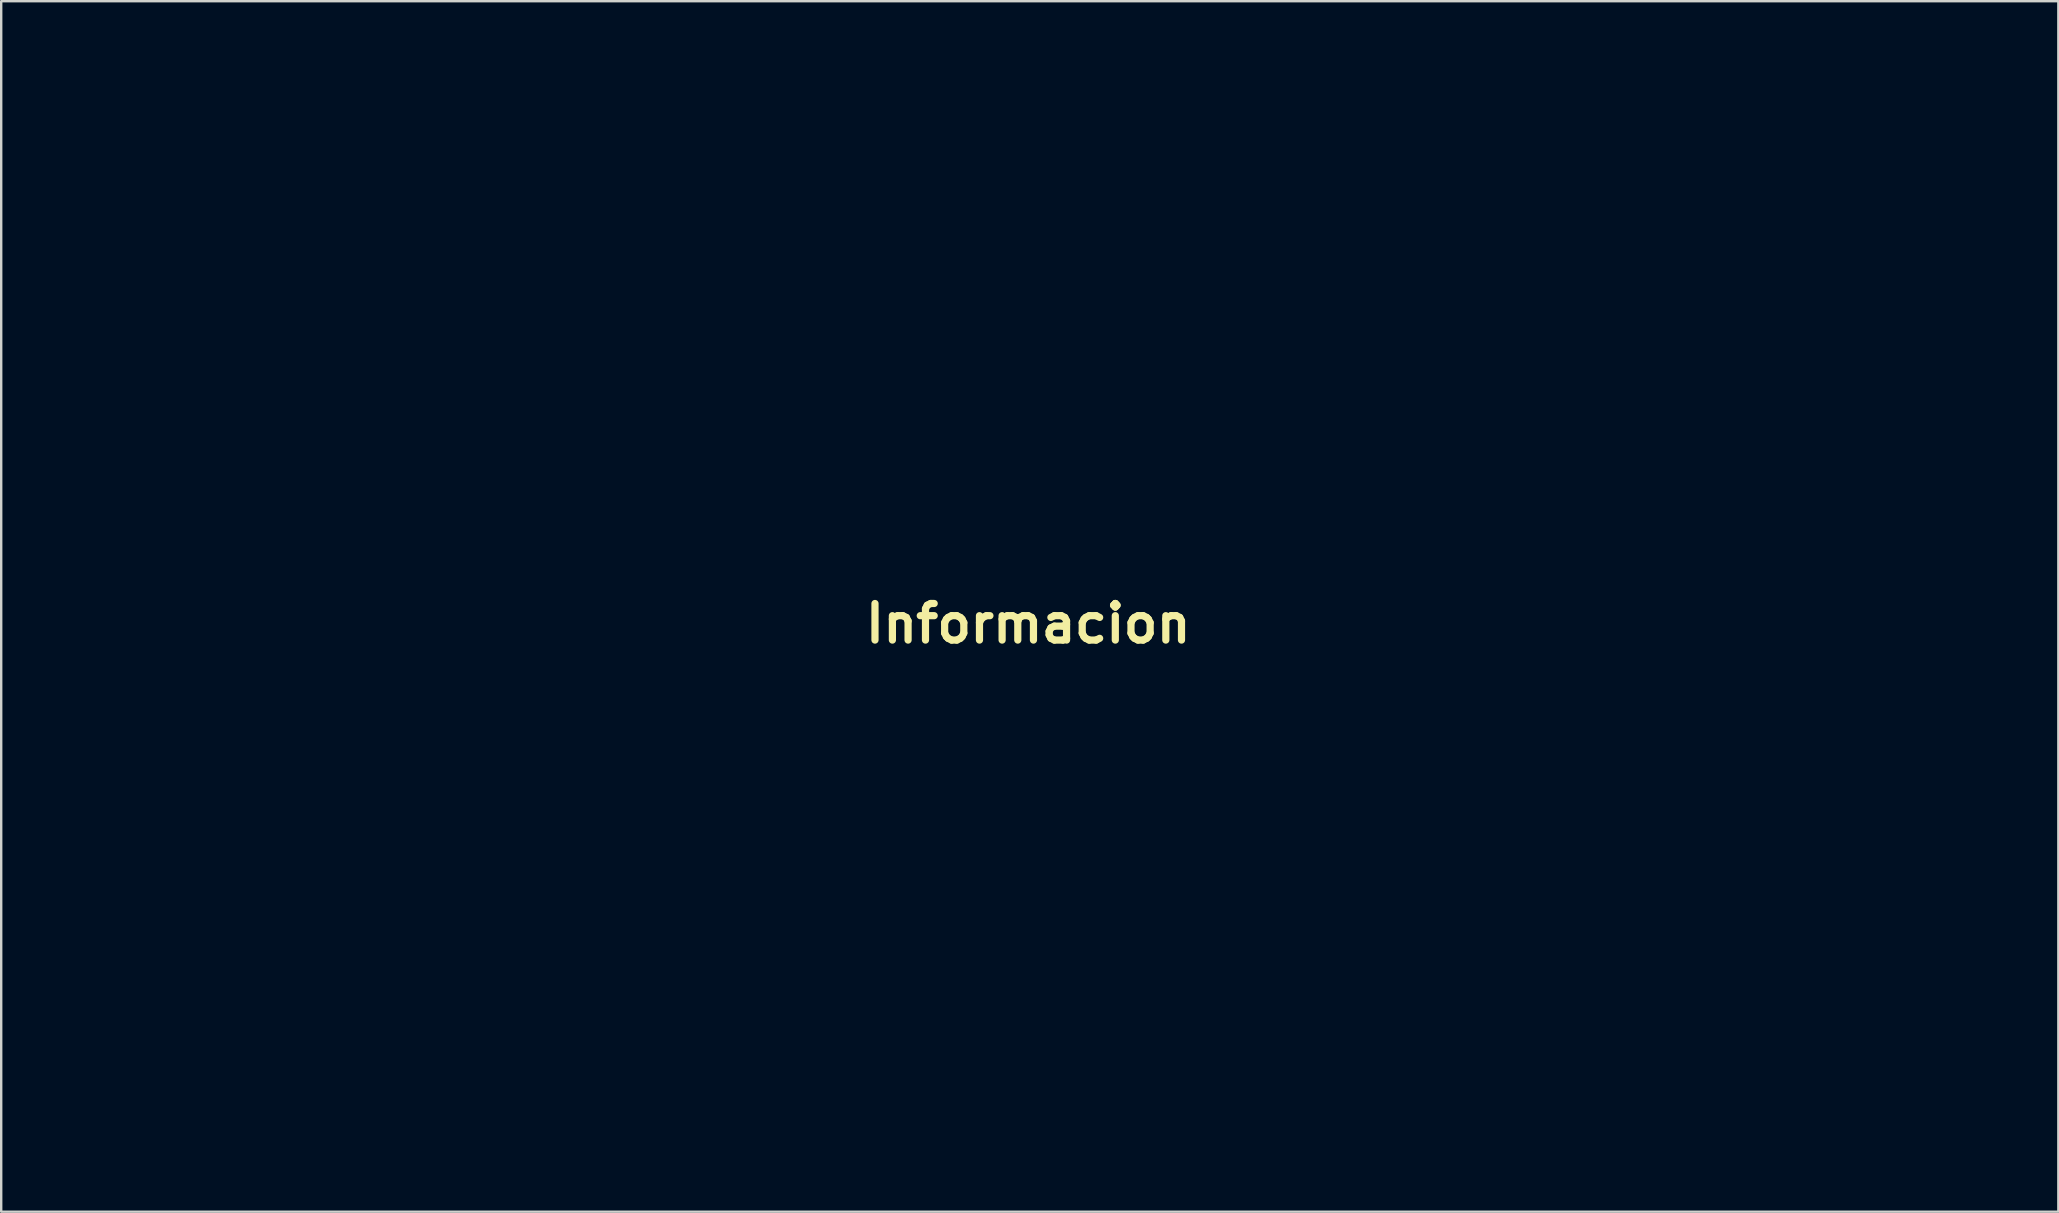
<source format=kicad_pcb>
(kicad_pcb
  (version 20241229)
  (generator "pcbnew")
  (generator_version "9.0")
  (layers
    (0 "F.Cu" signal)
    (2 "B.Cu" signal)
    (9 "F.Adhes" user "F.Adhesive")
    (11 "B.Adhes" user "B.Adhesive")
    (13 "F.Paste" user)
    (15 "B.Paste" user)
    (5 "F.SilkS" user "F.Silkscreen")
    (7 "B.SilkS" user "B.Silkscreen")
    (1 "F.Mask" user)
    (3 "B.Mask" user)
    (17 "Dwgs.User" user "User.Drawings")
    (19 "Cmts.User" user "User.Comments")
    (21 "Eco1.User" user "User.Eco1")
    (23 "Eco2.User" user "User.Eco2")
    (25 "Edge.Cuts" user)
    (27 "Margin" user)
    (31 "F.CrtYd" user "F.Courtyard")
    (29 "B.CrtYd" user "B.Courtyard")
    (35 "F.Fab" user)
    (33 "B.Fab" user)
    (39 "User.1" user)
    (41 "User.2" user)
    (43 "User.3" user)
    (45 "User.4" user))
  (footprint "Informacion"
    (layer "F.Cu")
    (at 39.798 22.933)
    (property "Reference" "Informacion" (at 0 0 0) (layer "F.SilkS") (effects (font (size 1.524 1.524) (thickness 0.3))))
    (attr through_hole)
    (fp_poly (pts (xy -28.025 -1.016) (xy -28.448 -1.016) (xy -28.448 -3.81) (xy -28.025 -3.81) (xy -28.025 -1.016)) (stroke (width 0.01) (type solid)) (fill yes) (layer "F.Mask"))
    (fp_poly (pts (xy -20.066 -11.261) (xy -21.167 -11.261) (xy -21.167 -12.361) (xy -20.066 -12.361) (xy -20.066 -11.261)) (stroke (width 0.01) (type solid)) (fill yes) (layer "F.Mask"))
    (fp_poly (pts (xy -20.066 -5.927) (xy -21.167 -5.927) (xy -21.167 -10.499) (xy -20.066 -10.499) (xy -20.066 -5.927)) (stroke (width 0.01) (type solid)) (fill yes) (layer "F.Mask"))
    (fp_poly (pts (xy 7.789 -11.261) (xy 6.689 -11.261) (xy 6.689 -12.361) (xy 7.789 -12.361) (xy 7.789 -11.261)) (stroke (width 0.01) (type solid)) (fill yes) (layer "F.Mask"))
    (fp_poly (pts (xy 7.789 -5.927) (xy 6.689 -5.927) (xy 6.689 -10.499) (xy 7.789 -10.499) (xy 7.789 -5.927)) (stroke (width 0.01) (type solid)) (fill yes) (layer "F.Mask"))
    (fp_poly (pts (xy -38.777 -7.027) (xy -36.153 -7.027) (xy -36.153 -5.927) (xy -39.793 -5.927) (xy -39.793 -12.361) (xy -38.777 -12.361) (xy -38.777 -7.027)) (stroke (width 0.01) (type solid)) (fill yes) (layer "F.Mask"))
    (fp_poly (pts (xy -18.391 15.113) (xy -18.307 15.224) (xy -18.344 15.31) (xy -18.408 15.325) (xy -18.525 15.256) (xy -18.542 15.191) (xy -18.493 15.098) (xy -18.391 15.113)) (stroke (width 0.01) (type solid)) (fill yes) (layer "F.Mask"))
    (fp_poly (pts (xy -12.298 9.955) (xy -12.296 10.007) (xy -12.38 10.118) (xy -12.482 10.133) (xy -12.531 10.04) (xy -12.462 9.923) (xy -12.397 9.906) (xy -12.298 9.955)) (stroke (width 0.01) (type solid)) (fill yes) (layer "F.Mask"))
    (fp_poly (pts (xy -24.398 16.747) (xy -24.384 16.806) (xy -24.447 16.913) (xy -24.581 16.928) (xy -24.664 16.879) (xy -24.684 16.776) (xy -24.587 16.693) (xy -24.506 16.679) (xy -24.398 16.747)) (stroke (width 0.01) (type solid)) (fill yes) (layer "F.Mask"))
    (fp_poly (pts (xy -10.074 15.114) (xy -10.029 15.211) (xy -10.093 15.306) (xy -10.16 15.325) (xy -10.27 15.264) (xy -10.283 15.246) (xy -10.278 15.145) (xy -10.176 15.092) (xy -10.074 15.114)) (stroke (width 0.01) (type solid)) (fill yes) (layer "F.Mask"))
    (fp_poly (pts (xy -5.687 16.747) (xy -5.673 16.806) (xy -5.736 16.913) (xy -5.869 16.928) (xy -5.953 16.879) (xy -5.972 16.776) (xy -5.875 16.693) (xy -5.795 16.679) (xy -5.687 16.747)) (stroke (width 0.01) (type solid)) (fill yes) (layer "F.Mask"))
    (fp_poly (pts (xy -4.078 9.949) (xy -4.064 9.986) (xy -4.12 10.096) (xy -4.229 10.123) (xy -4.264 10.101) (xy -4.315 9.978) (xy -4.225 9.908) (xy -4.191 9.906) (xy -4.078 9.949)) (stroke (width 0.01) (type solid)) (fill yes) (layer "F.Mask"))
    (fp_poly (pts (xy 23.782 18.865) (xy 23.791 18.923) (xy 23.746 19.036) (xy 23.707 19.05) (xy 23.632 18.981) (xy 23.622 18.923) (xy 23.668 18.81) (xy 23.707 18.796) (xy 23.782 18.865)) (stroke (width 0.01) (type solid)) (fill yes) (layer "F.Mask"))
    (fp_poly (pts (xy 24.852 18.897) (xy 24.828 18.976) (xy 24.723 19.092) (xy 24.602 19.175) (xy 24.553 19.158) (xy 24.605 19.046) (xy 24.718 18.937) (xy 24.825 18.888) (xy 24.852 18.897)) (stroke (width 0.01) (type solid)) (fill yes) (layer "F.Mask"))
    (fp_poly (pts (xy 35.127 18.865) (xy 35.137 18.923) (xy 35.091 19.036) (xy 35.052 19.05) (xy 34.977 18.981) (xy 34.967 18.923) (xy 35.013 18.81) (xy 35.052 18.796) (xy 35.127 18.865)) (stroke (width 0.01) (type solid)) (fill yes) (layer "F.Mask"))
    (fp_poly (pts (xy 0.24 11.471) (xy 0.264 11.49) (xy 0.311 11.624) (xy 0.249 11.742) (xy 0.169 11.769) (xy 0.061 11.707) (xy 0.038 11.677) (xy 0.028 11.547) (xy 0.117 11.461) (xy 0.24 11.471)) (stroke (width 0.01) (type solid)) (fill yes) (layer "F.Mask"))
    (fp_poly (pts (xy -28.084 -4.756) (xy -28.034 -4.587) (xy -28.04 -4.514) (xy -28.13 -4.377) (xy -28.28 -4.327) (xy -28.389 -4.372) (xy -28.447 -4.531) (xy -28.405 -4.723) (xy -28.332 -4.817) (xy -28.198 -4.848) (xy -28.084 -4.756)) (stroke (width 0.01) (type solid)) (fill yes) (layer "F.Mask"))
    (fp_poly (pts (xy -4.08 -4.764) (xy -4.033 -4.699) (xy -4.019 -4.497) (xy -4.117 -4.353) (xy -4.233 -4.318) (xy -4.387 -4.38) (xy -4.433 -4.445) (xy -4.448 -4.647) (xy -4.35 -4.791) (xy -4.233 -4.826) (xy -4.08 -4.764)) (stroke (width 0.01) (type solid)) (fill yes) (layer "F.Mask"))
    (fp_poly (pts (xy 28.228 8.91) (xy 28.444 9.013) (xy 28.477 9.045) (xy 28.606 9.278) (xy 28.6 9.501) (xy 28.492 9.681) (xy 28.313 9.79) (xy 28.095 9.795) (xy 27.869 9.665) (xy 27.855 9.652) (xy 27.718 9.428) (xy 27.695 9.183) (xy 27.788 8.992) (xy 27.982 8.901) (xy 28.228 8.91)) (stroke (width 0.01) (type solid)) (fill yes) (layer "F.Mask"))
    (fp_poly (pts (xy 31.721 8.699) (xy 31.893 8.859) (xy 31.99 9.068) (xy 31.994 9.281) (xy 31.886 9.45) (xy 31.84 9.48) (xy 31.575 9.562) (xy 31.347 9.487) (xy 31.242 9.398) (xy 31.1 9.168) (xy 31.091 8.935) (xy 31.2 8.745) (xy 31.411 8.643) (xy 31.494 8.636) (xy 31.721 8.699)) (stroke (width 0.01) (type solid)) (fill yes) (layer "F.Mask"))
    (fp_poly (pts (xy 38.311 18.993) (xy 38.516 19.03) (xy 38.607 19.105) (xy 38.608 19.113) (xy 38.596 19.197) (xy 38.527 19.209) (xy 38.355 19.151) (xy 38.323 19.139) (xy 38.143 19.102) (xy 38.07 19.16) (xy 38.033 19.184) (xy 38.022 19.12) (xy 38.058 19.022) (xy 38.202 18.99) (xy 38.311 18.993)) (stroke (width 0.01) (type solid)) (fill yes) (layer "F.Mask"))
    (fp_poly (pts (xy -8.082 -4.982) (xy -8.085 -4.909) (xy -8.148 -4.805) (xy -8.294 -4.575) (xy -8.389 -4.424) (xy -8.506 -4.296) (xy -8.633 -4.229) (xy -8.713 -4.247) (xy -8.721 -4.279) (xy -8.685 -4.376) (xy -8.597 -4.566) (xy -8.55 -4.66) (xy -8.385 -4.906) (xy -8.218 -4.995) (xy -8.201 -4.995) (xy -8.082 -4.982)) (stroke (width 0.01) (type solid)) (fill yes) (layer "F.Mask"))
    (fp_poly (pts (xy 29.499 4.931) (xy 29.714 5.051) (xy 29.858 5.247) (xy 29.887 5.399) (xy 29.818 5.576) (xy 29.656 5.743) (xy 29.466 5.837) (xy 29.422 5.842) (xy 29.291 5.797) (xy 29.144 5.71) (xy 29.001 5.524) (xy 28.956 5.283) (xy 29.018 5.062) (xy 29.058 5.012) (xy 29.262 4.91) (xy 29.499 4.931)) (stroke (width 0.01) (type solid)) (fill yes) (layer "F.Mask"))
    (fp_poly (pts (xy -23.838 15.067) (xy -23.811 15.297) (xy -23.795 15.655) (xy -23.791 15.96) (xy -23.798 16.393) (xy -23.818 16.712) (xy -23.85 16.896) (xy -23.876 16.933) (xy -23.914 16.852) (xy -23.941 16.622) (xy -23.957 16.264) (xy -23.961 15.96) (xy -23.954 15.526) (xy -23.934 15.208) (xy -23.902 15.024) (xy -23.876 14.986) (xy -23.838 15.067)) (stroke (width 0.01) (type solid)) (fill yes) (layer "F.Mask"))
    (fp_poly (pts (xy -18.35 15.611) (xy -18.311 15.726) (xy -18.292 15.956) (xy -18.288 16.256) (xy -18.294 16.604) (xy -18.316 16.812) (xy -18.359 16.912) (xy -18.415 16.933) (xy -18.48 16.901) (xy -18.519 16.786) (xy -18.538 16.556) (xy -18.542 16.256) (xy -18.536 15.908) (xy -18.514 15.7) (xy -18.471 15.6) (xy -18.415 15.579) (xy -18.35 15.611)) (stroke (width 0.01) (type solid)) (fill yes) (layer "F.Mask"))
    (fp_poly (pts (xy -12.404 10.493) (xy -12.375 10.709) (xy -12.362 11.031) (xy -12.361 11.091) (xy -12.371 11.427) (xy -12.398 11.662) (xy -12.438 11.766) (xy -12.446 11.769) (xy -12.488 11.689) (xy -12.517 11.473) (xy -12.53 11.152) (xy -12.531 11.091) (xy -12.521 10.756) (xy -12.494 10.52) (xy -12.454 10.416) (xy -12.446 10.414) (xy -12.404 10.493)) (stroke (width 0.01) (type solid)) (fill yes) (layer "F.Mask"))
    (fp_poly (pts (xy -10.118 15.658) (xy -10.089 15.874) (xy -10.076 16.195) (xy -10.075 16.256) (xy -10.085 16.591) (xy -10.112 16.827) (xy -10.152 16.931) (xy -10.16 16.933) (xy -10.202 16.854) (xy -10.231 16.638) (xy -10.244 16.317) (xy -10.245 16.256) (xy -10.235 15.921) (xy -10.208 15.685) (xy -10.168 15.581) (xy -10.16 15.579) (xy -10.118 15.658)) (stroke (width 0.01) (type solid)) (fill yes) (layer "F.Mask"))
    (fp_poly (pts (xy -4.126 10.446) (xy -4.087 10.562) (xy -4.068 10.791) (xy -4.064 11.091) (xy -4.07 11.439) (xy -4.092 11.647) (xy -4.135 11.747) (xy -4.191 11.769) (xy -4.256 11.737) (xy -4.295 11.621) (xy -4.314 11.391) (xy -4.318 11.091) (xy -4.312 10.744) (xy -4.29 10.535) (xy -4.247 10.436) (xy -4.191 10.414) (xy -4.126 10.446)) (stroke (width 0.01) (type solid)) (fill yes) (layer "F.Mask"))
    (fp_poly (pts (xy 23.747 19.469) (xy 23.776 19.69) (xy 23.79 20.025) (xy 23.791 20.151) (xy 23.782 20.516) (xy 23.758 20.776) (xy 23.721 20.904) (xy 23.707 20.913) (xy 23.666 20.833) (xy 23.637 20.611) (xy 23.623 20.277) (xy 23.622 20.151) (xy 23.631 19.786) (xy 23.655 19.525) (xy 23.693 19.397) (xy 23.707 19.389) (xy 23.747 19.469)) (stroke (width 0.01) (type solid)) (fill yes) (layer "F.Mask"))
    (fp_poly (pts (xy 35.093 19.469) (xy 35.122 19.69) (xy 35.136 20.025) (xy 35.137 20.151) (xy 35.128 20.516) (xy 35.103 20.776) (xy 35.066 20.904) (xy 35.052 20.913) (xy 35.011 20.833) (xy 34.982 20.611) (xy 34.968 20.277) (xy 34.967 20.151) (xy 34.976 19.786) (xy 35.001 19.525) (xy 35.038 19.397) (xy 35.052 19.389) (xy 35.093 19.469)) (stroke (width 0.01) (type solid)) (fill yes) (layer "F.Mask"))
    (fp_poly (pts (xy 24.026 8.705) (xy 24.535 9.278) (xy 24.049 9.691) (xy 23.732 9.948) (xy 23.494 10.104) (xy 23.292 10.177) (xy 23.088 10.186) (xy 23.01 10.178) (xy 22.751 10.069) (xy 22.557 9.844) (xy 22.451 9.553) (xy 22.453 9.243) (xy 22.517 9.068) (xy 22.619 8.94) (xy 22.812 8.746) (xy 23.053 8.529) (xy 23.057 8.526) (xy 23.517 8.133) (xy 24.026 8.705)) (stroke (width 0.01) (type solid)) (fill yes) (layer "F.Mask"))
    (fp_poly (pts (xy 27.198 -0.418) (xy 27.396 -0.342) (xy 27.584 -0.218) (xy 27.795 -0.018) (xy 28.065 0.286) (xy 28.116 0.347) (xy 28.443 0.737) (xy 27.906 1.211) (xy 27.37 1.685) (xy 26.905 1.158) (xy 26.679 0.888) (xy 26.497 0.642) (xy 26.389 0.465) (xy 26.378 0.437) (xy 26.357 0.129) (xy 26.469 -0.144) (xy 26.682 -0.345) (xy 26.96 -0.44) (xy 27.198 -0.418)) (stroke (width 0.01) (type solid)) (fill yes) (layer "F.Mask"))
    (fp_poly (pts (xy 39.92 20.87) (xy 39.56 20.896) (xy 39.291 20.891) (xy 39.163 20.823) (xy 39.154 20.804) (xy 39.135 20.665) (xy 39.127 20.41) (xy 39.132 20.091) (xy 39.133 20.058) (xy 39.153 19.558) (xy 39.285 19.558) (xy 39.285 20.743) (xy 39.793 20.743) (xy 39.793 19.558) (xy 39.285 19.558) (xy 39.153 19.558) (xy 39.158 19.431) (xy 39.92 19.431) (xy 39.92 20.87)) (stroke (width 0.01) (type solid)) (fill yes) (layer "F.Mask"))
    (fp_poly (pts (xy 25.061 20.913) (xy 24.678 20.913) (xy 24.401 20.887) (xy 24.259 20.815) (xy 24.25 20.799) (xy 24.232 20.663) (xy 24.225 20.409) (xy 24.231 20.091) (xy 24.232 20.058) (xy 24.252 19.558) (xy 24.384 19.558) (xy 24.384 20.743) (xy 24.892 20.743) (xy 24.892 19.558) (xy 24.384 19.558) (xy 24.252 19.558) (xy 24.257 19.431) (xy 24.659 19.405) (xy 25.061 19.379) (xy 25.061 20.913)) (stroke (width 0.01) (type solid)) (fill yes) (layer "F.Mask"))
    (fp_poly (pts (xy 29.295 20.913) (xy 28.911 20.913) (xy 28.634 20.887) (xy 28.492 20.815) (xy 28.484 20.799) (xy 28.466 20.663) (xy 28.459 20.409) (xy 28.464 20.091) (xy 28.465 20.058) (xy 28.485 19.558) (xy 28.617 19.558) (xy 28.617 20.743) (xy 29.125 20.743) (xy 29.125 19.558) (xy 28.617 19.558) (xy 28.485 19.558) (xy 28.49 19.431) (xy 28.892 19.405) (xy 29.295 19.379) (xy 29.295 20.913)) (stroke (width 0.01) (type solid)) (fill yes) (layer "F.Mask"))
    (fp_poly (pts (xy 34.958 2.031) (xy 35.153 2.201) (xy 35.177 2.225) (xy 35.388 2.487) (xy 35.474 2.718) (xy 35.475 2.74) (xy 35.406 2.967) (xy 35.213 3.25) (xy 34.919 3.56) (xy 34.642 3.796) (xy 34.332 4.037) (xy 33.85 3.48) (xy 33.368 2.922) (xy 33.554 2.722) (xy 33.879 2.414) (xy 34.215 2.166) (xy 34.515 2.01) (xy 34.618 1.979) (xy 34.8 1.966) (xy 34.958 2.031)) (stroke (width 0.01) (type solid)) (fill yes) (layer "F.Mask"))
    (fp_poly (pts (xy -17.852 9.762) (xy -17.815 9.856) (xy -17.793 10.044) (xy -17.783 10.351) (xy -17.78 10.753) (xy -17.783 11.191) (xy -17.795 11.485) (xy -17.818 11.663) (xy -17.857 11.748) (xy -17.907 11.769) (xy -17.962 11.743) (xy -17.999 11.65) (xy -18.021 11.462) (xy -18.031 11.154) (xy -18.034 10.753) (xy -18.031 10.315) (xy -18.019 10.02) (xy -17.996 9.843) (xy -17.957 9.757) (xy -17.907 9.737) (xy -17.852 9.762)) (stroke (width 0.01) (type solid)) (fill yes) (layer "F.Mask"))
    (fp_poly (pts (xy 20.913 19.897) (xy 20.151 19.897) (xy 20.151 20.405) (xy 20.138 20.675) (xy 20.104 20.859) (xy 20.066 20.913) (xy 20.031 20.831) (xy 20.005 20.595) (xy 19.988 20.22) (xy 19.981 19.721) (xy 19.981 19.685) (xy 19.981 18.627) (xy 20.151 18.627) (xy 20.151 19.727) (xy 20.743 19.727) (xy 20.743 18.627) (xy 20.151 18.627) (xy 19.981 18.627) (xy 19.981 18.457) (xy 20.913 18.457) (xy 20.913 19.897)) (stroke (width 0.01) (type solid)) (fill yes) (layer "F.Mask"))
    (fp_poly (pts (xy 32.716 18.539) (xy 32.743 18.775) (xy 32.76 19.15) (xy 32.766 19.649) (xy 32.766 19.685) (xy 32.76 20.191) (xy 32.744 20.575) (xy 32.718 20.82) (xy 32.684 20.912) (xy 32.681 20.913) (xy 32.646 20.831) (xy 32.62 20.595) (xy 32.603 20.22) (xy 32.597 19.721) (xy 32.597 19.685) (xy 32.602 19.179) (xy 32.619 18.795) (xy 32.644 18.55) (xy 32.679 18.458) (xy 32.681 18.457) (xy 32.716 18.539)) (stroke (width 0.01) (type solid)) (fill yes) (layer "F.Mask"))
    (fp_poly (pts (xy 36.52 3.929) (xy 36.776 4.048) (xy 36.989 4.267) (xy 37.12 4.533) (xy 37.133 4.788) (xy 37.046 4.944) (xy 36.868 5.167) (xy 36.638 5.415) (xy 36.393 5.647) (xy 36.174 5.822) (xy 36.109 5.863) (xy 35.992 5.836) (xy 35.789 5.669) (xy 35.509 5.37) (xy 35.019 4.812) (xy 35.48 4.399) (xy 35.784 4.139) (xy 36.012 3.984) (xy 36.206 3.914) (xy 36.407 3.912) (xy 36.52 3.929)) (stroke (width 0.01) (type solid)) (fill yes) (layer "F.Mask"))
    (fp_poly (pts (xy -29.238 4.82) (xy -29.223 5.034) (xy -29.213 5.35) (xy -29.21 5.673) (xy -29.217 6.093) (xy -29.238 6.4) (xy -29.27 6.574) (xy -29.295 6.604) (xy -29.334 6.524) (xy -29.363 6.3) (xy -29.378 5.958) (xy -29.379 5.79) (xy -29.379 4.977) (xy -29.591 5.03) (xy -29.748 5.056) (xy -29.803 5.041) (xy -29.737 4.981) (xy -29.583 4.888) (xy -29.407 4.796) (xy -29.275 4.744) (xy -29.257 4.741) (xy -29.238 4.82)) (stroke (width 0.01) (type solid)) (fill yes) (layer "F.Mask"))
    (fp_poly (pts (xy 27.207 12.332) (xy 27.491 12.652) (xy 27.674 12.873) (xy 27.761 13.028) (xy 27.756 13.149) (xy 27.663 13.27) (xy 27.488 13.424) (xy 27.368 13.526) (xy 27.004 13.811) (xy 26.71 13.968) (xy 26.461 14.01) (xy 26.28 13.97) (xy 26.05 13.812) (xy 25.856 13.566) (xy 25.747 13.301) (xy 25.739 13.219) (xy 25.782 13.06) (xy 25.922 12.855) (xy 26.177 12.582) (xy 26.297 12.466) (xy 26.855 11.932) (xy 27.207 12.332)) (stroke (width 0.01) (type solid)) (fill yes) (layer "F.Mask"))
    (fp_poly (pts (xy 32.26 12.508) (xy 32.415 12.667) (xy 32.623 12.897) (xy 32.714 13.003) (xy 33.012 13.394) (xy 33.171 13.715) (xy 33.194 13.988) (xy 33.087 14.233) (xy 32.982 14.355) (xy 32.723 14.527) (xy 32.439 14.54) (xy 32.128 14.405) (xy 31.938 14.257) (xy 31.701 14.028) (xy 31.498 13.803) (xy 31.125 13.357) (xy 31.628 12.905) (xy 31.869 12.693) (xy 32.062 12.533) (xy 32.173 12.454) (xy 32.185 12.449) (xy 32.26 12.508)) (stroke (width 0.01) (type solid)) (fill yes) (layer "F.Mask"))
    (fp_poly (pts (xy 34.429 11.263) (xy 34.733 11.605) (xy 34.922 11.872) (xy 35.015 12.099) (xy 35.028 12.317) (xy 35.015 12.405) (xy 34.886 12.691) (xy 34.653 12.877) (xy 34.359 12.946) (xy 34.052 12.877) (xy 33.992 12.845) (xy 33.851 12.734) (xy 33.641 12.538) (xy 33.403 12.296) (xy 33.38 12.271) (xy 32.939 11.799) (xy 33.255 11.507) (xy 33.493 11.289) (xy 33.722 11.083) (xy 33.794 11.02) (xy 34.018 10.825) (xy 34.429 11.263)) (stroke (width 0.01) (type solid)) (fill yes) (layer "F.Mask"))
    (fp_poly (pts (xy 25.384 1.181) (xy 25.505 1.219) (xy 25.652 1.316) (xy 25.85 1.494) (xy 26.069 1.718) (xy 26.276 1.954) (xy 26.442 2.167) (xy 26.534 2.322) (xy 26.54 2.375) (xy 26.461 2.458) (xy 26.288 2.618) (xy 26.056 2.824) (xy 26.011 2.863) (xy 25.521 3.288) (xy 25.114 2.826) (xy 24.813 2.47) (xy 24.624 2.197) (xy 24.532 1.976) (xy 24.526 1.776) (xy 24.586 1.576) (xy 24.777 1.315) (xy 25.057 1.177) (xy 25.384 1.181)) (stroke (width 0.01) (type solid)) (fill yes) (layer "F.Mask"))
    (fp_poly (pts (xy 25.678 10.59) (xy 25.893 10.851) (xy 26.059 11.058) (xy 26.151 11.181) (xy 26.162 11.201) (xy 26.102 11.267) (xy 25.943 11.413) (xy 25.715 11.611) (xy 25.646 11.671) (xy 25.268 11.952) (xy 24.953 12.092) (xy 24.68 12.096) (xy 24.427 11.97) (xy 24.41 11.957) (xy 24.187 11.69) (xy 24.099 11.368) (xy 24.136 11.111) (xy 24.24 10.938) (xy 24.436 10.706) (xy 24.682 10.463) (xy 24.707 10.441) (xy 25.195 10.012) (xy 25.678 10.59)) (stroke (width 0.01) (type solid)) (fill yes) (layer "F.Mask"))
    (fp_poly (pts (xy 35.976 9.364) (xy 36.132 9.516) (xy 36.349 9.772) (xy 36.358 9.783) (xy 36.6 10.081) (xy 36.744 10.3) (xy 36.813 10.483) (xy 36.83 10.658) (xy 36.759 10.974) (xy 36.572 11.206) (xy 36.31 11.334) (xy 36.012 11.336) (xy 35.764 11.224) (xy 35.623 11.101) (xy 35.419 10.89) (xy 35.194 10.639) (xy 35.186 10.629) (xy 34.78 10.155) (xy 35.184 9.797) (xy 35.484 9.532) (xy 35.69 9.372) (xy 35.841 9.316) (xy 35.976 9.364)) (stroke (width 0.01) (type solid)) (fill yes) (layer "F.Mask"))
    (fp_poly (pts (xy 23.521 2.777) (xy 23.61 2.783) (xy 23.733 2.849) (xy 23.931 3.014) (xy 24.168 3.249) (xy 24.278 3.369) (xy 24.789 3.944) (xy 24.299 4.361) (xy 24.053 4.565) (xy 23.852 4.722) (xy 23.734 4.802) (xy 23.726 4.806) (xy 23.634 4.76) (xy 23.467 4.613) (xy 23.257 4.395) (xy 23.21 4.343) (xy 22.892 3.925) (xy 22.729 3.564) (xy 22.716 3.251) (xy 22.774 3.093) (xy 22.949 2.895) (xy 23.184 2.773) (xy 23.347 2.758) (xy 23.521 2.777)) (stroke (width 0.01) (type solid)) (fill yes) (layer "F.Mask"))
    (fp_poly (pts (xy 26.247 20.149) (xy 26.238 20.515) (xy 26.213 20.776) (xy 26.176 20.904) (xy 26.162 20.913) (xy 26.12 20.833) (xy 26.091 20.617) (xy 26.078 20.296) (xy 26.077 20.235) (xy 26.077 19.558) (xy 25.569 19.558) (xy 25.569 20.235) (xy 25.559 20.571) (xy 25.532 20.806) (xy 25.492 20.91) (xy 25.485 20.913) (xy 25.444 20.833) (xy 25.415 20.612) (xy 25.401 20.279) (xy 25.4 20.164) (xy 25.4 19.416) (xy 25.823 19.401) (xy 26.247 19.386) (xy 26.247 20.149)) (stroke (width 0.01) (type solid)) (fill yes) (layer "F.Mask"))
    (fp_poly (pts (xy 33.655 -21.923) (xy 33.348 -21.736) (xy 33.114 -21.599) (xy 32.799 -21.423) (xy 32.481 -21.251) (xy 32.211 -21.101) (xy 32.013 -20.975) (xy 31.922 -20.898) (xy 31.92 -20.892) (xy 31.998 -20.862) (xy 32.205 -20.84) (xy 32.503 -20.829) (xy 32.611 -20.828) (xy 33.304 -20.828) (xy 33.105 -20.616) (xy 33.001 -20.519) (xy 32.887 -20.457) (xy 32.722 -20.422) (xy 32.467 -20.408) (xy 32.083 -20.405) (xy 32.074 -20.405) (xy 31.242 -20.405) (xy 31.242 -21.929) (xy 33.655 -21.923)) (stroke (width 0.01) (type solid)) (fill yes) (layer "F.Mask"))
    (fp_poly (pts (xy 38.333 19.419) (xy 38.735 19.431) (xy 38.759 20.172) (xy 38.763 20.563) (xy 38.743 20.814) (xy 38.701 20.912) (xy 38.696 20.913) (xy 38.65 20.832) (xy 38.62 20.608) (xy 38.608 20.263) (xy 38.608 20.235) (xy 38.608 19.558) (xy 38.1 19.558) (xy 38.1 20.235) (xy 38.09 20.571) (xy 38.063 20.806) (xy 38.023 20.91) (xy 38.015 20.913) (xy 37.975 20.833) (xy 37.946 20.612) (xy 37.932 20.279) (xy 37.931 20.16) (xy 37.931 19.407) (xy 38.333 19.419)) (stroke (width 0.01) (type solid)) (fill yes) (layer "F.Mask"))
    (fp_poly (pts (xy 30.313 19.423) (xy 30.429 19.523) (xy 30.477 19.734) (xy 30.448 19.871) (xy 30.395 19.897) (xy 30.327 19.826) (xy 30.311 19.727) (xy 30.261 19.595) (xy 30.099 19.558) (xy 29.994 19.565) (xy 29.931 19.61) (xy 29.9 19.727) (xy 29.889 19.95) (xy 29.887 20.235) (xy 29.877 20.571) (xy 29.85 20.806) (xy 29.81 20.91) (xy 29.803 20.913) (xy 29.762 20.833) (xy 29.733 20.611) (xy 29.719 20.277) (xy 29.718 20.151) (xy 29.718 19.389) (xy 30.048 19.389) (xy 30.313 19.423)) (stroke (width 0.01) (type solid)) (fill yes) (layer "F.Mask"))
    (fp_poly (pts (xy -27.095 -10.139) (xy -27.102 -10.009) (xy -27.132 -9.883) (xy -27.198 -9.739) (xy -27.313 -9.556) (xy -27.492 -9.313) (xy -27.748 -8.988) (xy -28.096 -8.56) (xy -28.207 -8.424) (xy -29.317 -7.07) (xy -27.178 -7.022) (xy -27.178 -5.927) (xy -31.073 -5.927) (xy -31.073 -6.26) (xy -31.064 -6.382) (xy -31.03 -6.508) (xy -30.956 -6.657) (xy -30.83 -6.851) (xy -30.636 -7.109) (xy -30.363 -7.453) (xy -29.996 -7.903) (xy -29.937 -7.975) (xy -28.801 -9.356) (xy -30.819 -9.403) (xy -30.819 -10.499) (xy -27.093 -10.499) (xy -27.095 -10.139)) (stroke (width 0.01) (type solid)) (fill yes) (layer "F.Mask"))
    (fp_poly (pts (xy 27.665 19.419) (xy 28.067 19.431) (xy 28.092 20.053) (xy 28.093 20.449) (xy 28.049 20.707) (xy 27.946 20.851) (xy 27.773 20.908) (xy 27.676 20.913) (xy 27.512 20.93) (xy 27.445 21.017) (xy 27.432 21.209) (xy 27.411 21.405) (xy 27.358 21.503) (xy 27.347 21.505) (xy 27.311 21.424) (xy 27.283 21.192) (xy 27.267 20.828) (xy 27.263 20.456) (xy 27.263 19.558) (xy 27.432 19.558) (xy 27.432 20.743) (xy 27.94 20.743) (xy 27.94 19.558) (xy 27.432 19.558) (xy 27.263 19.558) (xy 27.263 19.407) (xy 27.665 19.419)) (stroke (width 0.01) (type solid)) (fill yes) (layer "F.Mask"))
    (fp_poly (pts (xy 33.177 0.096) (xy 33.437 0.243) (xy 33.535 0.332) (xy 33.732 0.582) (xy 33.797 0.822) (xy 33.726 1.076) (xy 33.513 1.368) (xy 33.254 1.627) (xy 33.01 1.849) (xy 32.815 2.017) (xy 32.699 2.105) (xy 32.683 2.112) (xy 32.612 2.049) (xy 32.461 1.887) (xy 32.259 1.656) (xy 32.186 1.569) (xy 31.978 1.316) (xy 31.823 1.114) (xy 31.744 0.994) (xy 31.739 0.979) (xy 31.802 0.902) (xy 31.961 0.746) (xy 32.184 0.543) (xy 32.227 0.506) (xy 32.595 0.225) (xy 32.904 0.089) (xy 33.177 0.096)) (stroke (width 0.01) (type solid)) (fill yes) (layer "F.Mask"))
    (fp_poly (pts (xy -30.528 10.436) (xy -30.48 10.482) (xy -30.555 10.526) (xy -30.739 10.549) (xy -30.786 10.549) (xy -31.084 10.614) (xy -31.266 10.801) (xy -31.327 11.094) (xy -31.252 11.355) (xy -31.049 11.532) (xy -30.75 11.599) (xy -30.744 11.599) (xy -30.566 11.621) (xy -30.519 11.678) (xy -30.522 11.684) (xy -30.649 11.749) (xy -30.867 11.757) (xy -31.11 11.709) (xy -31.215 11.668) (xy -31.424 11.483) (xy -31.531 11.216) (xy -31.532 10.923) (xy -31.421 10.66) (xy -31.298 10.539) (xy -31.134 10.469) (xy -30.912 10.426) (xy -30.691 10.414) (xy -30.528 10.436)) (stroke (width 0.01) (type solid)) (fill yes) (layer "F.Mask"))
    (fp_poly (pts (xy -23.41 10.431) (xy -23.321 10.478) (xy -23.326 10.499) (xy -23.438 10.546) (xy -23.581 10.533) (xy -23.787 10.558) (xy -23.998 10.694) (xy -24.158 10.893) (xy -24.215 11.087) (xy -24.139 11.315) (xy -23.946 11.499) (xy -23.688 11.595) (xy -23.617 11.599) (xy -23.448 11.622) (xy -23.409 11.681) (xy -23.41 11.684) (xy -23.545 11.759) (xy -23.765 11.757) (xy -24.007 11.685) (xy -24.161 11.593) (xy -24.326 11.407) (xy -24.383 11.162) (xy -24.384 11.1) (xy -24.316 10.767) (xy -24.119 10.539) (xy -23.802 10.425) (xy -23.633 10.414) (xy -23.41 10.431)) (stroke (width 0.01) (type solid)) (fill yes) (layer "F.Mask"))
    (fp_poly (pts (xy 1.645 10.436) (xy 1.693 10.482) (xy 1.619 10.526) (xy 1.434 10.549) (xy 1.387 10.549) (xy 1.089 10.614) (xy 0.907 10.801) (xy 0.847 11.094) (xy 0.921 11.355) (xy 1.124 11.532) (xy 1.424 11.599) (xy 1.43 11.599) (xy 1.607 11.621) (xy 1.654 11.678) (xy 1.651 11.684) (xy 1.525 11.749) (xy 1.307 11.757) (xy 1.063 11.709) (xy 0.959 11.668) (xy 0.749 11.483) (xy 0.642 11.216) (xy 0.642 10.923) (xy 0.752 10.66) (xy 0.875 10.539) (xy 1.04 10.469) (xy 1.262 10.426) (xy 1.483 10.414) (xy 1.645 10.436)) (stroke (width 0.01) (type solid)) (fill yes) (layer "F.Mask"))
    (fp_poly (pts (xy -4.319 15.636) (xy -4.318 15.647) (xy -4.393 15.712) (xy -4.578 15.758) (xy -4.633 15.764) (xy -4.89 15.825) (xy -5.05 15.975) (xy -5.069 16.008) (xy -5.145 16.283) (xy -5.086 16.534) (xy -4.922 16.722) (xy -4.68 16.808) (xy -4.496 16.791) (xy -4.354 16.789) (xy -4.318 16.839) (xy -4.389 16.911) (xy -4.567 16.935) (xy -4.796 16.915) (xy -5.021 16.856) (xy -5.172 16.775) (xy -5.327 16.551) (xy -5.371 16.264) (xy -5.302 15.979) (xy -5.194 15.824) (xy -5.035 15.721) (xy -4.816 15.64) (xy -4.589 15.591) (xy -4.406 15.586) (xy -4.319 15.636)) (stroke (width 0.01) (type solid)) (fill yes) (layer "F.Mask"))
    (fp_poly (pts (xy -4.171 -3.802) (xy -4.126 -3.763) (xy -4.096 -3.669) (xy -4.077 -3.494) (xy -4.068 -3.217) (xy -4.064 -2.812) (xy -4.064 -2.413) (xy -4.065 -1.897) (xy -4.07 -1.527) (xy -4.081 -1.278) (xy -4.102 -1.127) (xy -4.136 -1.049) (xy -4.185 -1.02) (xy -4.233 -1.016) (xy -4.296 -1.024) (xy -4.341 -1.063) (xy -4.371 -1.157) (xy -4.389 -1.332) (xy -4.399 -1.609) (xy -4.402 -2.014) (xy -4.403 -2.413) (xy -4.402 -2.929) (xy -4.397 -3.299) (xy -4.386 -3.548) (xy -4.364 -3.699) (xy -4.331 -3.777) (xy -4.282 -3.806) (xy -4.233 -3.81) (xy -4.171 -3.802)) (stroke (width 0.01) (type solid)) (fill yes) (layer "F.Mask"))
    (fp_poly (pts (xy 32.491 -22.602) (xy 35.01 -22.599) (xy 34.713 -22.437) (xy 34.601 -22.383) (xy 34.47 -22.343) (xy 34.296 -22.313) (xy 34.055 -22.294) (xy 33.722 -22.281) (xy 33.273 -22.274) (xy 32.685 -22.271) (xy 32.533 -22.271) (xy 30.649 -22.267) (xy 30.649 -19.981) (xy 31.633 -19.981) (xy 32.053 -19.979) (xy 32.328 -19.97) (xy 32.481 -19.95) (xy 32.538 -19.917) (xy 32.521 -19.866) (xy 32.512 -19.854) (xy 32.437 -19.802) (xy 32.295 -19.766) (xy 32.062 -19.743) (xy 31.712 -19.731) (xy 31.219 -19.727) (xy 31.189 -19.727) (xy 29.972 -19.727) (xy 29.972 -22.606) (xy 32.491 -22.602)) (stroke (width 0.01) (type solid)) (fill yes) (layer "F.Mask"))
    (fp_poly (pts (xy -18.196 4.746) (xy -17.972 4.76) (xy -17.867 4.779) (xy -17.865 4.783) (xy -17.903 4.906) (xy -18.005 5.131) (xy -18.151 5.421) (xy -18.322 5.74) (xy -18.498 6.054) (xy -18.66 6.326) (xy -18.787 6.521) (xy -18.861 6.603) (xy -18.864 6.604) (xy -18.883 6.534) (xy -18.812 6.328) (xy -18.654 5.993) (xy -18.549 5.787) (xy -18.375 5.454) (xy -18.234 5.181) (xy -18.144 4.999) (xy -18.119 4.941) (xy -18.196 4.925) (xy -18.396 4.914) (xy -18.627 4.911) (xy -18.897 4.898) (xy -19.081 4.864) (xy -19.135 4.826) (xy -19.056 4.783) (xy -18.843 4.754) (xy -18.529 4.741) (xy -18.5 4.741) (xy -18.196 4.746)) (stroke (width 0.01) (type solid)) (fill yes) (layer "F.Mask"))
    (fp_poly (pts (xy -36.002 4.813) (xy -35.938 4.917) (xy -35.856 5.12) (xy -35.873 5.253) (xy -35.906 5.301) (xy -35.953 5.476) (xy -35.864 5.689) (xy -35.658 5.909) (xy -35.498 6.024) (xy -35.308 6.132) (xy -35.192 6.15) (xy -35.085 6.083) (xy -35.05 6.052) (xy -34.91 5.958) (xy -34.759 5.963) (xy -34.631 6.01) (xy -34.427 6.138) (xy -34.392 6.283) (xy -34.525 6.444) (xy -34.563 6.472) (xy -34.751 6.572) (xy -34.947 6.586) (xy -35.215 6.516) (xy -35.286 6.491) (xy -35.68 6.289) (xy -36.029 6.003) (xy -36.3 5.668) (xy -36.461 5.323) (xy -36.491 5.118) (xy -36.445 4.843) (xy -36.326 4.693) (xy -36.168 4.679) (xy -36.002 4.813)) (stroke (width 0.01) (type solid)) (fill yes) (layer "F.Mask"))
    (fp_poly (pts (xy 37.761 -20.412) (xy 36.32 -20.387) (xy 35.763 -20.381) (xy 35.364 -20.384) (xy 35.113 -20.398) (xy 34.999 -20.423) (xy 35.002 -20.452) (xy 35.122 -20.526) (xy 35.357 -20.66) (xy 35.676 -20.836) (xy 36.043 -21.035) (xy 36.062 -21.045) (xy 36.417 -21.241) (xy 36.71 -21.411) (xy 36.913 -21.539) (xy 36.997 -21.608) (xy 36.998 -21.611) (xy 36.921 -21.64) (xy 36.714 -21.663) (xy 36.417 -21.674) (xy 36.312 -21.675) (xy 35.975 -21.678) (xy 35.781 -21.693) (xy 35.702 -21.724) (xy 35.711 -21.778) (xy 35.729 -21.802) (xy 35.816 -21.86) (xy 35.98 -21.898) (xy 36.249 -21.92) (xy 36.651 -21.928) (xy 36.798 -21.929) (xy 37.761 -21.929) (xy 37.761 -20.412)) (stroke (width 0.01) (type solid)) (fill yes) (layer "F.Mask"))
    (fp_poly (pts (xy -11.828 15.614) (xy -11.79 15.738) (xy -11.772 15.981) (xy -11.769 16.256) (xy -11.781 16.612) (xy -11.816 16.847) (xy -11.869 16.945) (xy -11.934 16.895) (xy -11.963 16.828) (xy -12.019 16.764) (xy -12.114 16.828) (xy -12.316 16.919) (xy -12.571 16.917) (xy -12.791 16.826) (xy -12.821 16.8) (xy -12.897 16.65) (xy -12.944 16.413) (xy -12.962 16.137) (xy -12.952 15.873) (xy -12.911 15.671) (xy -12.841 15.58) (xy -12.831 15.579) (xy -12.759 15.623) (xy -12.714 15.776) (xy -12.687 16.065) (xy -12.683 16.15) (xy -12.658 16.722) (xy -12.065 16.722) (xy -12.04 16.15) (xy -12.016 15.828) (xy -11.975 15.647) (xy -11.91 15.581) (xy -11.892 15.579) (xy -11.828 15.614)) (stroke (width 0.01) (type solid)) (fill yes) (layer "F.Mask"))
    (fp_poly (pts (xy -11.048 15.268) (xy -11.007 15.409) (xy -10.957 15.542) (xy -10.795 15.579) (xy -10.636 15.608) (xy -10.583 15.663) (xy -10.656 15.727) (xy -10.795 15.748) (xy -10.915 15.76) (xy -10.979 15.823) (xy -11.003 15.978) (xy -11.007 16.222) (xy -10.998 16.5) (xy -10.961 16.653) (xy -10.883 16.724) (xy -10.837 16.739) (xy -10.689 16.814) (xy -10.695 16.891) (xy -10.849 16.933) (xy -10.882 16.933) (xy -11.078 16.872) (xy -11.178 16.716) (xy -11.231 16.491) (xy -11.259 16.203) (xy -11.261 16.131) (xy -11.284 15.881) (xy -11.344 15.735) (xy -11.367 15.719) (xy -11.423 15.654) (xy -11.381 15.606) (xy -11.275 15.47) (xy -11.236 15.388) (xy -11.142 15.257) (xy -11.048 15.268)) (stroke (width 0.01) (type solid)) (fill yes) (layer "F.Mask"))
    (fp_poly (pts (xy -3.176 15.615) (xy -2.908 15.739) (xy -2.731 15.962) (xy -2.654 16.239) (xy -2.688 16.52) (xy -2.845 16.759) (xy -2.904 16.806) (xy -3.188 16.915) (xy -3.512 16.914) (xy -3.781 16.808) (xy -3.976 16.589) (xy -4.038 16.329) (xy -4.024 16.262) (xy -3.81 16.262) (xy -3.751 16.501) (xy -3.605 16.712) (xy -3.419 16.836) (xy -3.344 16.849) (xy -3.194 16.793) (xy -3.048 16.679) (xy -2.905 16.447) (xy -2.876 16.191) (xy -2.949 15.958) (xy -3.11 15.796) (xy -3.299 15.748) (xy -3.582 15.818) (xy -3.759 16.012) (xy -3.81 16.262) (xy -4.024 16.262) (xy -3.985 16.065) (xy -3.834 15.832) (xy -3.605 15.666) (xy -3.314 15.602) (xy -3.176 15.615)) (stroke (width 0.01) (type solid)) (fill yes) (layer "F.Mask"))
    (fp_poly (pts (xy 34.579 18.539) (xy 34.606 18.775) (xy 34.622 19.149) (xy 34.629 19.647) (xy 34.629 19.671) (xy 34.629 20.885) (xy 34.262 20.899) (xy 34.025 20.896) (xy 33.865 20.87) (xy 33.839 20.856) (xy 33.812 20.75) (xy 33.792 20.52) (xy 33.782 20.212) (xy 33.782 20.146) (xy 33.79 19.785) (xy 33.828 19.561) (xy 33.831 19.558) (xy 33.951 19.558) (xy 33.951 20.743) (xy 34.459 20.743) (xy 34.459 19.558) (xy 33.951 19.558) (xy 33.831 19.558) (xy 33.916 19.442) (xy 34.073 19.396) (xy 34.255 19.389) (xy 34.372 19.376) (xy 34.433 19.309) (xy 34.456 19.147) (xy 34.459 18.923) (xy 34.473 18.668) (xy 34.509 18.499) (xy 34.544 18.457) (xy 34.579 18.539)) (stroke (width 0.01) (type solid)) (fill yes) (layer "F.Mask"))
    (fp_poly (pts (xy -29.198 10.474) (xy -28.964 10.653) (xy -28.854 10.944) (xy -28.846 11.042) (xy -28.908 11.368) (xy -29.093 11.605) (xy -29.367 11.734) (xy -29.699 11.733) (xy -29.861 11.683) (xy -30.09 11.511) (xy -30.206 11.251) (xy -30.204 11.144) (xy -29.967 11.144) (xy -29.884 11.437) (xy -29.882 11.441) (xy -29.73 11.571) (xy -29.516 11.59) (xy -29.297 11.506) (xy -29.131 11.33) (xy -29.058 11.075) (xy -29.102 10.835) (xy -29.232 10.643) (xy -29.419 10.529) (xy -29.632 10.526) (xy -29.8 10.623) (xy -29.936 10.85) (xy -29.967 11.144) (xy -30.204 11.144) (xy -30.201 10.951) (xy -30.066 10.658) (xy -30.051 10.637) (xy -29.869 10.473) (xy -29.629 10.416) (xy -29.552 10.414) (xy -29.198 10.474)) (stroke (width 0.01) (type solid)) (fill yes) (layer "F.Mask"))
    (fp_poly (pts (xy -26.524 10.146) (xy -26.501 10.245) (xy -26.451 10.377) (xy -26.289 10.414) (xy -26.13 10.443) (xy -26.077 10.499) (xy -26.15 10.562) (xy -26.289 10.583) (xy -26.409 10.595) (xy -26.473 10.658) (xy -26.497 10.813) (xy -26.501 11.057) (xy -26.492 11.335) (xy -26.455 11.488) (xy -26.377 11.56) (xy -26.331 11.575) (xy -26.186 11.65) (xy -26.183 11.73) (xy -26.321 11.769) (xy -26.327 11.769) (xy -26.496 11.704) (xy -26.623 11.58) (xy -26.706 11.375) (xy -26.751 11.09) (xy -26.755 10.995) (xy -26.776 10.73) (xy -26.835 10.57) (xy -26.86 10.548) (xy -26.923 10.492) (xy -26.86 10.449) (xy -26.771 10.333) (xy -26.755 10.238) (xy -26.7 10.104) (xy -26.628 10.075) (xy -26.524 10.146)) (stroke (width 0.01) (type solid)) (fill yes) (layer "F.Mask"))
    (fp_poly (pts (xy -20.989 10.475) (xy -20.767 10.658) (xy -20.665 10.96) (xy -20.659 11.085) (xy -20.729 11.398) (xy -20.913 11.625) (xy -21.17 11.749) (xy -21.459 11.753) (xy -21.739 11.62) (xy -21.806 11.561) (xy -21.977 11.29) (xy -22 11.07) (xy -21.756 11.07) (xy -21.736 11.325) (xy -21.658 11.498) (xy -21.453 11.596) (xy -21.21 11.578) (xy -20.999 11.452) (xy -20.949 11.391) (xy -20.855 11.138) (xy -20.877 10.892) (xy -20.987 10.683) (xy -21.159 10.543) (xy -21.365 10.501) (xy -21.577 10.588) (xy -21.626 10.632) (xy -21.718 10.813) (xy -21.756 11.07) (xy -22 11.07) (xy -22.007 10.999) (xy -21.913 10.73) (xy -21.711 10.523) (xy -21.419 10.419) (xy -21.33 10.414) (xy -20.989 10.475)) (stroke (width 0.01) (type solid)) (fill yes) (layer "F.Mask"))
    (fp_poly (pts (xy -8.933 15.601) (xy -8.848 15.663) (xy -8.883 15.721) (xy -9.056 15.747) (xy -9.097 15.748) (xy -9.325 15.791) (xy -9.413 15.897) (xy -9.361 16.037) (xy -9.167 16.178) (xy -9.102 16.208) (xy -8.88 16.363) (xy -8.795 16.565) (xy -8.858 16.774) (xy -8.907 16.832) (xy -9.042 16.896) (xy -9.246 16.928) (xy -9.457 16.926) (xy -9.611 16.891) (xy -9.652 16.843) (xy -9.586 16.791) (xy -9.483 16.806) (xy -9.252 16.828) (xy -9.064 16.759) (xy -8.976 16.624) (xy -8.975 16.605) (xy -9.048 16.469) (xy -9.238 16.332) (xy -9.274 16.314) (xy -9.533 16.149) (xy -9.627 15.976) (xy -9.558 15.788) (xy -9.522 15.745) (xy -9.348 15.632) (xy -9.128 15.581) (xy -8.933 15.601)) (stroke (width 0.01) (type solid)) (fill yes) (layer "F.Mask"))
    (fp_poly (pts (xy -5.024 10.055) (xy -4.995 10.205) (xy -4.955 10.37) (xy -4.826 10.414) (xy -4.688 10.449) (xy -4.657 10.499) (xy -4.728 10.567) (xy -4.826 10.583) (xy -4.923 10.603) (xy -4.974 10.689) (xy -4.993 10.882) (xy -4.995 11.057) (xy -4.986 11.335) (xy -4.95 11.488) (xy -4.872 11.56) (xy -4.826 11.575) (xy -4.689 11.642) (xy -4.657 11.694) (xy -4.721 11.761) (xy -4.87 11.759) (xy -5.038 11.695) (xy -5.116 11.636) (xy -5.214 11.43) (xy -5.249 11.074) (xy -5.249 11.05) (xy -5.269 10.752) (xy -5.324 10.577) (xy -5.355 10.548) (xy -5.417 10.492) (xy -5.355 10.449) (xy -5.264 10.332) (xy -5.249 10.247) (xy -5.188 10.092) (xy -5.122 10.045) (xy -5.024 10.055)) (stroke (width 0.01) (type solid)) (fill yes) (layer "F.Mask"))
    (fp_poly (pts (xy -2.878 10.434) (xy -2.827 10.481) (xy -2.831 10.491) (xy -2.941 10.534) (xy -3.049 10.523) (xy -3.233 10.534) (xy -3.399 10.628) (xy -3.471 10.762) (xy -3.402 10.841) (xy -3.228 10.948) (xy -3.154 10.985) (xy -2.914 11.153) (xy -2.802 11.351) (xy -2.828 11.546) (xy -2.929 11.658) (xy -3.117 11.738) (xy -3.346 11.768) (xy -3.536 11.742) (xy -3.584 11.712) (xy -3.636 11.619) (xy -3.548 11.57) (xy -3.325 11.557) (xy -3.074 11.521) (xy -2.973 11.425) (xy -3.024 11.288) (xy -3.229 11.131) (xy -3.297 11.094) (xy -3.55 10.917) (xy -3.641 10.731) (xy -3.565 10.544) (xy -3.539 10.516) (xy -3.418 10.458) (xy -3.23 10.424) (xy -3.032 10.415) (xy -2.878 10.434)) (stroke (width 0.01) (type solid)) (fill yes) (layer "F.Mask"))
    (fp_poly (pts (xy 2.977 10.475) (xy 3.216 10.652) (xy 3.328 10.935) (xy 3.336 11.049) (xy 3.264 11.373) (xy 3.073 11.609) (xy 2.799 11.735) (xy 2.479 11.729) (xy 2.317 11.67) (xy 2.122 11.497) (xy 1.985 11.233) (xy 1.965 11.118) (xy 2.205 11.118) (xy 2.27 11.375) (xy 2.339 11.471) (xy 2.551 11.58) (xy 2.789 11.553) (xy 2.994 11.402) (xy 3.043 11.33) (xy 3.115 11.075) (xy 3.072 10.835) (xy 2.942 10.643) (xy 2.755 10.529) (xy 2.541 10.526) (xy 2.373 10.623) (xy 2.24 10.842) (xy 2.205 11.118) (xy 1.965 11.118) (xy 1.947 11.014) (xy 1.998 10.843) (xy 2.119 10.642) (xy 2.123 10.637) (xy 2.305 10.473) (xy 2.544 10.416) (xy 2.621 10.414) (xy 2.977 10.475)) (stroke (width 0.01) (type solid)) (fill yes) (layer "F.Mask"))
    (fp_poly (pts (xy -39.231 -4.905) (xy -39.19 -4.873) (xy -39.16 -4.796) (xy -39.14 -4.652) (xy -39.127 -4.421) (xy -39.12 -4.084) (xy -39.117 -3.619) (xy -39.116 -3.007) (xy -39.116 -2.963) (xy -39.117 -2.341) (xy -39.119 -1.868) (xy -39.126 -1.523) (xy -39.139 -1.286) (xy -39.159 -1.138) (xy -39.188 -1.057) (xy -39.228 -1.023) (xy -39.282 -1.016) (xy -39.285 -1.016) (xy -39.339 -1.022) (xy -39.381 -1.054) (xy -39.411 -1.131) (xy -39.431 -1.275) (xy -39.444 -1.505) (xy -39.451 -1.843) (xy -39.454 -2.307) (xy -39.455 -2.92) (xy -39.455 -2.963) (xy -39.454 -3.586) (xy -39.451 -4.059) (xy -39.445 -4.404) (xy -39.432 -4.64) (xy -39.412 -4.789) (xy -39.383 -4.87) (xy -39.342 -4.904) (xy -39.289 -4.911) (xy -39.285 -4.911) (xy -39.231 -4.905)) (stroke (width 0.01) (type solid)) (fill yes) (layer "F.Mask"))
    (fp_poly (pts (xy -28.283 10.453) (xy -28.254 10.52) (xy -28.197 10.583) (xy -28.103 10.52) (xy -27.911 10.428) (xy -27.67 10.417) (xy -27.453 10.481) (xy -27.35 10.578) (xy -27.304 10.74) (xy -27.275 10.984) (xy -27.265 11.26) (xy -27.273 11.517) (xy -27.301 11.703) (xy -27.343 11.769) (xy -27.389 11.692) (xy -27.428 11.491) (xy -27.449 11.249) (xy -27.503 10.863) (xy -27.62 10.631) (xy -27.805 10.549) (xy -28.003 10.589) (xy -28.107 10.647) (xy -28.165 10.748) (xy -28.189 10.935) (xy -28.194 11.216) (xy -28.202 11.525) (xy -28.232 11.698) (xy -28.291 11.764) (xy -28.321 11.769) (xy -28.386 11.737) (xy -28.425 11.621) (xy -28.444 11.391) (xy -28.448 11.091) (xy -28.435 10.735) (xy -28.4 10.501) (xy -28.348 10.402) (xy -28.283 10.453)) (stroke (width 0.01) (type solid)) (fill yes) (layer "F.Mask"))
    (fp_poly (pts (xy -22.635 10.055) (xy -22.606 10.205) (xy -22.565 10.37) (xy -22.437 10.414) (xy -22.299 10.449) (xy -22.267 10.499) (xy -22.338 10.567) (xy -22.437 10.583) (xy -22.534 10.603) (xy -22.585 10.689) (xy -22.604 10.882) (xy -22.606 11.057) (xy -22.597 11.335) (xy -22.561 11.488) (xy -22.482 11.56) (xy -22.437 11.575) (xy -22.299 11.642) (xy -22.267 11.694) (xy -22.332 11.761) (xy -22.481 11.759) (xy -22.649 11.695) (xy -22.727 11.636) (xy -22.825 11.429) (xy -22.86 11.068) (xy -22.86 11.043) (xy -22.872 10.764) (xy -22.913 10.622) (xy -22.987 10.583) (xy -23.1 10.538) (xy -23.114 10.499) (xy -23.045 10.424) (xy -22.987 10.414) (xy -22.882 10.344) (xy -22.86 10.254) (xy -22.801 10.096) (xy -22.733 10.045) (xy -22.635 10.055)) (stroke (width 0.01) (type solid)) (fill yes) (layer "F.Mask"))
    (fp_poly (pts (xy -20.844 15.586) (xy -20.646 15.605) (xy -20.574 15.63) (xy -20.625 15.714) (xy -20.759 15.893) (xy -20.951 16.132) (xy -21.009 16.201) (xy -21.445 16.722) (xy -21.009 16.747) (xy -20.721 16.779) (xy -20.592 16.824) (xy -20.612 16.872) (xy -20.774 16.911) (xy -21.067 16.932) (xy -21.167 16.933) (xy -21.459 16.926) (xy -21.67 16.906) (xy -21.759 16.879) (xy -21.759 16.876) (xy -21.708 16.79) (xy -21.57 16.612) (xy -21.376 16.379) (xy -21.336 16.333) (xy -21.134 16.094) (xy -20.984 15.907) (xy -20.915 15.804) (xy -20.913 15.797) (xy -20.988 15.768) (xy -21.18 15.75) (xy -21.294 15.748) (xy -21.521 15.731) (xy -21.657 15.689) (xy -21.675 15.663) (xy -21.597 15.619) (xy -21.391 15.589) (xy -21.124 15.579) (xy -20.844 15.586)) (stroke (width 0.01) (type solid)) (fill yes) (layer "F.Mask"))
    (fp_poly (pts (xy -17.642 -5.074) (xy -17.602 -5.043) (xy -17.572 -4.968) (xy -17.551 -4.828) (xy -17.538 -4.603) (xy -17.53 -4.273) (xy -17.527 -3.819) (xy -17.526 -3.22) (xy -17.526 -3.048) (xy -17.526 -2.411) (xy -17.529 -1.923) (xy -17.535 -1.564) (xy -17.547 -1.315) (xy -17.566 -1.156) (xy -17.593 -1.066) (xy -17.631 -1.026) (xy -17.681 -1.016) (xy -17.695 -1.016) (xy -17.748 -1.022) (xy -17.789 -1.053) (xy -17.819 -1.128) (xy -17.84 -1.268) (xy -17.853 -1.493) (xy -17.86 -1.823) (xy -17.864 -2.277) (xy -17.865 -2.876) (xy -17.865 -3.048) (xy -17.864 -3.685) (xy -17.862 -4.173) (xy -17.855 -4.532) (xy -17.844 -4.781) (xy -17.825 -4.94) (xy -17.797 -5.03) (xy -17.76 -5.07) (xy -17.71 -5.08) (xy -17.695 -5.08) (xy -17.642 -5.074)) (stroke (width 0.01) (type solid)) (fill yes) (layer "F.Mask"))
    (fp_poly (pts (xy -22.141 15.658) (xy -22.111 15.874) (xy -22.098 16.195) (xy -22.098 16.256) (xy -22.108 16.591) (xy -22.135 16.827) (xy -22.175 16.931) (xy -22.183 16.933) (xy -22.264 16.869) (xy -22.267 16.846) (xy -22.319 16.801) (xy -22.431 16.846) (xy -22.721 16.93) (xy -22.985 16.883) (xy -23.152 16.745) (xy -23.229 16.561) (xy -23.275 16.306) (xy -23.289 16.032) (xy -23.27 15.787) (xy -23.219 15.621) (xy -23.16 15.579) (xy -23.089 15.623) (xy -23.043 15.776) (xy -23.016 16.065) (xy -23.012 16.15) (xy -22.995 16.453) (xy -22.966 16.627) (xy -22.909 16.71) (xy -22.804 16.742) (xy -22.749 16.749) (xy -22.511 16.739) (xy -22.362 16.629) (xy -22.286 16.397) (xy -22.267 16.076) (xy -22.254 15.81) (xy -22.22 15.63) (xy -22.183 15.579) (xy -22.141 15.658)) (stroke (width 0.01) (type solid)) (fill yes) (layer "F.Mask"))
    (fp_poly (pts (xy -16.129 10.493) (xy -16.1 10.709) (xy -16.087 11.031) (xy -16.087 11.091) (xy -16.097 11.427) (xy -16.124 11.662) (xy -16.164 11.766) (xy -16.171 11.769) (xy -16.246 11.7) (xy -16.256 11.637) (xy -16.271 11.552) (xy -16.347 11.572) (xy -16.444 11.637) (xy -16.713 11.757) (xy -16.955 11.713) (xy -17.103 11.599) (xy -17.197 11.434) (xy -17.258 11.19) (xy -17.285 10.918) (xy -17.275 10.665) (xy -17.227 10.481) (xy -17.145 10.414) (xy -17.07 10.454) (xy -17.031 10.596) (xy -17.018 10.87) (xy -17.018 10.905) (xy -16.992 11.27) (xy -16.908 11.492) (xy -16.756 11.59) (xy -16.667 11.599) (xy -16.483 11.521) (xy -16.343 11.309) (xy -16.266 10.996) (xy -16.256 10.818) (xy -16.24 10.583) (xy -16.2 10.437) (xy -16.171 10.414) (xy -16.129 10.493)) (stroke (width 0.01) (type solid)) (fill yes) (layer "F.Mask"))
    (fp_poly (pts (xy -14.887 10.424) (xy -14.703 10.449) (xy -14.647 10.478) (xy -14.697 10.571) (xy -14.829 10.754) (xy -15.015 10.99) (xy -15.028 11.007) (xy -15.217 11.245) (xy -15.353 11.433) (xy -15.409 11.533) (xy -15.409 11.535) (xy -15.333 11.572) (xy -15.138 11.595) (xy -14.986 11.599) (xy -14.745 11.615) (xy -14.591 11.654) (xy -14.563 11.684) (xy -14.641 11.727) (xy -14.851 11.757) (xy -15.155 11.769) (xy -15.155 11.769) (xy -15.447 11.759) (xy -15.659 11.732) (xy -15.748 11.694) (xy -15.748 11.691) (xy -15.697 11.594) (xy -15.562 11.405) (xy -15.369 11.161) (xy -15.317 11.099) (xy -14.887 10.583) (xy -15.275 10.583) (xy -15.505 10.567) (xy -15.644 10.525) (xy -15.663 10.499) (xy -15.586 10.454) (xy -15.385 10.423) (xy -15.155 10.414) (xy -14.887 10.424)) (stroke (width 0.01) (type solid)) (fill yes) (layer "F.Mask"))
    (fp_poly (pts (xy -13.226 -3.791) (xy -13.051 -3.727) (xy -13.005 -3.609) (xy -13.013 -3.56) (xy -13.073 -3.46) (xy -13.213 -3.433) (xy -13.373 -3.448) (xy -13.737 -3.435) (xy -14.007 -3.284) (xy -14.189 -3.002) (xy -14.287 -2.622) (xy -14.289 -2.226) (xy -14.205 -1.861) (xy -14.043 -1.572) (xy -13.88 -1.437) (xy -13.67 -1.38) (xy -13.405 -1.375) (xy -13.371 -1.379) (xy -13.137 -1.388) (xy -13.02 -1.329) (xy -13 -1.291) (xy -12.975 -1.178) (xy -13.029 -1.109) (xy -13.193 -1.066) (xy -13.483 -1.036) (xy -13.779 -1.027) (xy -13.983 -1.073) (xy -14.168 -1.189) (xy -14.171 -1.191) (xy -14.453 -1.52) (xy -14.611 -1.963) (xy -14.647 -2.371) (xy -14.588 -2.859) (xy -14.42 -3.27) (xy -14.162 -3.579) (xy -13.832 -3.766) (xy -13.547 -3.81) (xy -13.226 -3.791)) (stroke (width 0.01) (type solid)) (fill yes) (layer "F.Mask"))
    (fp_poly (pts (xy -2.133 10.146) (xy -2.117 10.245) (xy -2.067 10.377) (xy -1.905 10.414) (xy -1.746 10.443) (xy -1.693 10.499) (xy -1.766 10.562) (xy -1.905 10.583) (xy -2.025 10.595) (xy -2.089 10.658) (xy -2.113 10.813) (xy -2.117 11.057) (xy -2.108 11.335) (xy -2.071 11.488) (xy -1.993 11.56) (xy -1.947 11.575) (xy -1.81 11.642) (xy -1.778 11.694) (xy -1.843 11.759) (xy -1.989 11.759) (xy -2.143 11.7) (xy -2.184 11.667) (xy -2.24 11.531) (xy -2.277 11.287) (xy -2.286 11.074) (xy -2.296 10.785) (xy -2.333 10.632) (xy -2.404 10.584) (xy -2.413 10.583) (xy -2.526 10.538) (xy -2.54 10.499) (xy -2.471 10.424) (xy -2.413 10.414) (xy -2.31 10.343) (xy -2.286 10.245) (xy -2.251 10.107) (xy -2.201 10.075) (xy -2.133 10.146)) (stroke (width 0.01) (type solid)) (fill yes) (layer "F.Mask"))
    (fp_poly (pts (xy -17.643 15.688) (xy -17.63 15.711) (xy -17.559 15.8) (xy -17.478 15.749) (xy -17.446 15.711) (xy -17.26 15.601) (xy -17.024 15.589) (xy -16.883 15.643) (xy -16.759 15.792) (xy -16.664 16.026) (xy -16.602 16.301) (xy -16.579 16.571) (xy -16.601 16.792) (xy -16.673 16.919) (xy -16.722 16.933) (xy -16.797 16.893) (xy -16.836 16.752) (xy -16.849 16.477) (xy -16.849 16.442) (xy -16.873 16.083) (xy -16.954 15.864) (xy -17.104 15.763) (xy -17.23 15.748) (xy -17.427 15.792) (xy -17.547 15.939) (xy -17.603 16.213) (xy -17.611 16.442) (xy -17.621 16.732) (xy -17.658 16.885) (xy -17.729 16.933) (xy -17.738 16.933) (xy -17.803 16.901) (xy -17.842 16.786) (xy -17.861 16.556) (xy -17.865 16.256) (xy -17.851 15.866) (xy -17.81 15.642) (xy -17.741 15.583) (xy -17.643 15.688)) (stroke (width 0.01) (type solid)) (fill yes) (layer "F.Mask"))
    (fp_poly (pts (xy -11.688 10.453) (xy -11.659 10.52) (xy -11.603 10.583) (xy -11.508 10.52) (xy -11.326 10.438) (xy -11.079 10.419) (xy -10.854 10.463) (xy -10.77 10.516) (xy -10.719 10.641) (xy -10.686 10.865) (xy -10.67 11.139) (xy -10.672 11.413) (xy -10.693 11.636) (xy -10.734 11.759) (xy -10.753 11.769) (xy -10.798 11.692) (xy -10.83 11.493) (xy -10.839 11.282) (xy -10.868 10.89) (xy -10.958 10.648) (xy -11.118 10.546) (xy -11.357 10.574) (xy -11.409 10.592) (xy -11.512 10.648) (xy -11.57 10.747) (xy -11.594 10.933) (xy -11.599 11.216) (xy -11.608 11.525) (xy -11.638 11.698) (xy -11.697 11.764) (xy -11.726 11.769) (xy -11.791 11.737) (xy -11.831 11.621) (xy -11.849 11.391) (xy -11.853 11.091) (xy -11.841 10.735) (xy -11.806 10.501) (xy -11.753 10.402) (xy -11.688 10.453)) (stroke (width 0.01) (type solid)) (fill yes) (layer "F.Mask"))
    (fp_poly (pts (xy -5.819 10.446) (xy -5.78 10.562) (xy -5.761 10.791) (xy -5.757 11.091) (xy -5.767 11.427) (xy -5.794 11.662) (xy -5.834 11.766) (xy -5.842 11.769) (xy -5.916 11.7) (xy -5.927 11.637) (xy -5.942 11.552) (xy -6.018 11.572) (xy -6.115 11.637) (xy -6.395 11.756) (xy -6.654 11.724) (xy -6.803 11.614) (xy -6.871 11.467) (xy -6.919 11.233) (xy -6.945 10.96) (xy -6.946 10.7) (xy -6.92 10.501) (xy -6.864 10.415) (xy -6.858 10.414) (xy -6.807 10.49) (xy -6.777 10.681) (xy -6.773 10.789) (xy -6.739 11.209) (xy -6.635 11.478) (xy -6.465 11.594) (xy -6.411 11.599) (xy -6.206 11.559) (xy -6.081 11.421) (xy -6.021 11.161) (xy -6.011 10.905) (xy -6.001 10.616) (xy -5.964 10.463) (xy -5.893 10.414) (xy -5.884 10.414) (xy -5.819 10.446)) (stroke (width 0.01) (type solid)) (fill yes) (layer "F.Mask"))
    (fp_poly (pts (xy -9.861 -3.749) (xy -9.821 -3.598) (xy -9.856 -3.437) (xy -9.994 -3.387) (xy -10.031 -3.387) (xy -10.224 -3.345) (xy -10.368 -3.209) (xy -10.468 -2.96) (xy -10.533 -2.582) (xy -10.568 -2.055) (xy -10.571 -1.972) (xy -10.587 -1.557) (xy -10.606 -1.282) (xy -10.634 -1.12) (xy -10.677 -1.041) (xy -10.74 -1.017) (xy -10.762 -1.016) (xy -10.821 -1.026) (xy -10.864 -1.071) (xy -10.892 -1.175) (xy -10.909 -1.362) (xy -10.918 -1.657) (xy -10.922 -2.082) (xy -10.922 -2.413) (xy -10.921 -2.929) (xy -10.916 -3.299) (xy -10.905 -3.548) (xy -10.884 -3.699) (xy -10.85 -3.777) (xy -10.801 -3.806) (xy -10.753 -3.81) (xy -10.639 -3.779) (xy -10.589 -3.655) (xy -10.58 -3.493) (xy -10.577 -3.175) (xy -10.462 -3.437) (xy -10.323 -3.652) (xy -10.15 -3.781) (xy -9.983 -3.817) (xy -9.861 -3.749)) (stroke (width 0.01) (type solid)) (fill yes) (layer "F.Mask"))
    (fp_poly (pts (xy -8.144 15.311) (xy -8.128 15.409) (xy -8.078 15.542) (xy -7.916 15.579) (xy -7.757 15.608) (xy -7.705 15.663) (xy -7.777 15.727) (xy -7.921 15.748) (xy -8.041 15.757) (xy -8.103 15.813) (xy -8.121 15.955) (xy -8.112 16.225) (xy -8.111 16.235) (xy -8.089 16.513) (xy -8.048 16.665) (xy -7.971 16.731) (xy -7.895 16.749) (xy -7.746 16.8) (xy -7.705 16.855) (xy -7.776 16.908) (xy -7.939 16.932) (xy -8.119 16.923) (xy -8.24 16.878) (xy -8.241 16.877) (xy -8.27 16.769) (xy -8.291 16.543) (xy -8.297 16.284) (xy -8.306 15.98) (xy -8.338 15.813) (xy -8.4 15.751) (xy -8.424 15.748) (xy -8.537 15.702) (xy -8.551 15.663) (xy -8.483 15.588) (xy -8.424 15.579) (xy -8.321 15.508) (xy -8.297 15.409) (xy -8.262 15.272) (xy -8.213 15.24) (xy -8.144 15.311)) (stroke (width 0.01) (type solid)) (fill yes) (layer "F.Mask"))
    (fp_poly (pts (xy -26.18 4.759) (xy -25.939 4.871) (xy -25.779 5.069) (xy -25.739 5.258) (xy -25.786 5.468) (xy -25.941 5.712) (xy -26.12 5.918) (xy -26.314 6.133) (xy -26.451 6.3) (xy -26.501 6.38) (xy -26.424 6.411) (xy -26.23 6.431) (xy -26.077 6.435) (xy -25.836 6.45) (xy -25.683 6.489) (xy -25.654 6.519) (xy -25.733 6.562) (xy -25.946 6.592) (xy -26.259 6.604) (xy -26.289 6.604) (xy -26.593 6.595) (xy -26.817 6.571) (xy -26.921 6.537) (xy -26.924 6.53) (xy -26.863 6.44) (xy -26.706 6.284) (xy -26.542 6.142) (xy -26.181 5.794) (xy -25.985 5.48) (xy -25.956 5.198) (xy -25.988 5.1) (xy -26.062 4.973) (xy -26.167 4.921) (xy -26.36 4.925) (xy -26.483 4.94) (xy -26.714 4.966) (xy -26.803 4.958) (xy -26.772 4.91) (xy -26.717 4.866) (xy -26.455 4.751) (xy -26.18 4.759)) (stroke (width 0.01) (type solid)) (fill yes) (layer "F.Mask"))
    (fp_poly (pts (xy -16.339 -10.515) (xy -15.864 -10.268) (xy -15.5 -9.93) (xy -15.325 -9.69) (xy -15.193 -9.43) (xy -15.099 -9.123) (xy -15.037 -8.742) (xy -15.002 -8.258) (xy -14.987 -7.644) (xy -14.986 -7.351) (xy -14.986 -5.927) (xy -16.087 -5.927) (xy -16.087 -7.397) (xy -16.088 -7.934) (xy -16.094 -8.329) (xy -16.107 -8.609) (xy -16.131 -8.802) (xy -16.168 -8.934) (xy -16.221 -9.034) (xy -16.263 -9.092) (xy -16.587 -9.385) (xy -16.964 -9.539) (xy -17.358 -9.55) (xy -17.736 -9.417) (xy -18.01 -9.196) (xy -18.288 -8.892) (xy -18.288 -5.927) (xy -19.389 -5.927) (xy -19.389 -10.499) (xy -18.838 -10.499) (xy -18.54 -10.493) (xy -18.373 -10.469) (xy -18.302 -10.415) (xy -18.288 -10.335) (xy -18.277 -10.248) (xy -18.219 -10.231) (xy -18.079 -10.291) (xy -17.892 -10.394) (xy -17.387 -10.584) (xy -16.858 -10.622) (xy -16.339 -10.515)) (stroke (width 0.01) (type solid)) (fill yes) (layer "F.Mask"))
    (fp_poly (pts (xy -30.613 4.858) (xy -30.491 5.054) (xy -30.48 5.159) (xy -30.531 5.386) (xy -30.628 5.495) (xy -30.721 5.566) (xy -30.688 5.638) (xy -30.586 5.716) (xy -30.424 5.929) (xy -30.395 6.099) (xy -30.47 6.332) (xy -30.672 6.498) (xy -30.967 6.582) (xy -31.322 6.57) (xy -31.434 6.545) (xy -31.536 6.479) (xy -31.534 6.428) (xy -31.425 6.387) (xy -31.279 6.401) (xy -30.988 6.423) (xy -30.758 6.348) (xy -30.619 6.203) (xy -30.597 6.016) (xy -30.697 5.836) (xy -30.886 5.709) (xy -31.043 5.673) (xy -31.196 5.642) (xy -31.242 5.588) (xy -31.17 5.523) (xy -31.041 5.503) (xy -30.835 5.45) (xy -30.728 5.369) (xy -30.662 5.198) (xy -30.743 5.054) (xy -30.946 4.964) (xy -31.103 4.947) (xy -31.354 4.926) (xy -31.453 4.884) (xy -31.394 4.829) (xy -31.202 4.778) (xy -30.856 4.763) (xy -30.613 4.858)) (stroke (width 0.01) (type solid)) (fill yes) (layer "F.Mask"))
    (fp_poly (pts (xy -24.071 -3.74) (xy -24.045 -3.598) (xy -24.088 -3.429) (xy -24.202 -3.387) (xy -24.372 -3.327) (xy -24.519 -3.209) (xy -24.591 -3.105) (xy -24.64 -2.958) (xy -24.673 -2.736) (xy -24.695 -2.404) (xy -24.709 -2.023) (xy -24.723 -1.596) (xy -24.74 -1.309) (xy -24.765 -1.136) (xy -24.805 -1.049) (xy -24.863 -1.018) (xy -24.899 -1.016) (xy -24.959 -1.025) (xy -25.002 -1.069) (xy -25.031 -1.171) (xy -25.049 -1.355) (xy -25.058 -1.645) (xy -25.061 -2.066) (xy -25.061 -2.413) (xy -25.059 -2.937) (xy -25.052 -3.315) (xy -25.037 -3.569) (xy -25.013 -3.721) (xy -24.977 -3.793) (xy -24.934 -3.81) (xy -24.834 -3.734) (xy -24.807 -3.556) (xy -24.783 -3.378) (xy -24.724 -3.302) (xy -24.723 -3.302) (xy -24.645 -3.37) (xy -24.638 -3.416) (xy -24.569 -3.575) (xy -24.407 -3.726) (xy -24.221 -3.807) (xy -24.187 -3.81) (xy -24.071 -3.74)) (stroke (width 0.01) (type solid)) (fill yes) (layer "F.Mask"))
    (fp_poly (pts (xy 30.144 0.623) (xy 30.315 0.722) (xy 30.528 0.907) (xy 30.803 1.196) (xy 31.158 1.604) (xy 31.162 1.609) (xy 31.438 1.93) (xy 31.715 2.246) (xy 31.947 2.505) (xy 32.018 2.582) (xy 32.336 2.921) (xy 31.886 3.318) (xy 31.436 3.714) (xy 30.786 2.958) (xy 30.459 2.589) (xy 30.207 2.347) (xy 29.996 2.228) (xy 29.795 2.225) (xy 29.571 2.336) (xy 29.294 2.553) (xy 29.133 2.694) (xy 28.869 2.923) (xy 28.647 3.111) (xy 28.502 3.227) (xy 28.474 3.246) (xy 28.373 3.219) (xy 28.206 3.1) (xy 28.014 2.927) (xy 27.839 2.739) (xy 27.721 2.577) (xy 27.694 2.498) (xy 27.759 2.399) (xy 27.932 2.221) (xy 28.188 1.986) (xy 28.498 1.715) (xy 28.837 1.432) (xy 29.176 1.158) (xy 29.49 0.916) (xy 29.751 0.728) (xy 29.933 0.615) (xy 29.995 0.593) (xy 30.144 0.623)) (stroke (width 0.01) (type solid)) (fill yes) (layer "F.Mask"))
    (fp_poly (pts (xy 36.014 -22.619) (xy 35.824 -22.372) (xy 35.592 -22.079) (xy 35.46 -21.917) (xy 35.288 -21.7) (xy 35.171 -21.537) (xy 35.137 -21.472) (xy 35.214 -21.446) (xy 35.417 -21.428) (xy 35.702 -21.42) (xy 35.708 -21.42) (xy 36.28 -21.42) (xy 34.544 -20.483) (xy 34.038 -20.209) (xy 33.572 -19.955) (xy 33.169 -19.734) (xy 32.855 -19.559) (xy 32.653 -19.444) (xy 32.6 -19.412) (xy 32.571 -19.418) (xy 32.641 -19.533) (xy 32.795 -19.737) (xy 33.02 -20.011) (xy 33.058 -20.056) (xy 33.322 -20.361) (xy 33.549 -20.618) (xy 33.715 -20.799) (xy 33.795 -20.879) (xy 33.796 -20.879) (xy 33.875 -20.969) (xy 33.796 -21.036) (xy 33.569 -21.075) (xy 33.337 -21.084) (xy 32.808 -21.086) (xy 33.401 -21.41) (xy 33.699 -21.572) (xy 34.099 -21.787) (xy 34.554 -22.03) (xy 35.016 -22.276) (xy 35.119 -22.331) (xy 36.245 -22.928) (xy 36.014 -22.619)) (stroke (width 0.01) (type solid)) (fill yes) (layer "F.Mask"))
    (fp_poly (pts (xy -2.125 -3.779) (xy -1.941 -3.693) (xy -1.879 -3.587) (xy -1.879 -3.477) (xy -1.948 -3.433) (xy -2.128 -3.438) (xy -2.224 -3.448) (xy -2.492 -3.457) (xy -2.687 -3.392) (xy -2.842 -3.276) (xy -2.968 -3.156) (xy -3.043 -3.034) (xy -3.078 -2.861) (xy -3.09 -2.591) (xy -3.09 -2.413) (xy -3.086 -2.079) (xy -3.064 -1.865) (xy -3.009 -1.725) (xy -2.91 -1.61) (xy -2.842 -1.55) (xy -2.641 -1.41) (xy -2.434 -1.365) (xy -2.228 -1.377) (xy -1.997 -1.393) (xy -1.89 -1.362) (xy -1.863 -1.271) (xy -1.863 -1.269) (xy -1.935 -1.125) (xy -2.123 -1.037) (xy -2.38 -1.008) (xy -2.659 -1.041) (xy -2.915 -1.139) (xy -2.996 -1.193) (xy -3.27 -1.505) (xy -3.439 -1.9) (xy -3.506 -2.339) (xy -3.47 -2.782) (xy -3.334 -3.189) (xy -3.098 -3.519) (xy -2.928 -3.653) (xy -2.667 -3.761) (xy -2.384 -3.803) (xy -2.125 -3.779)) (stroke (width 0.01) (type solid)) (fill yes) (layer "F.Mask"))
    (fp_poly (pts (xy 22.881 19.405) (xy 23.116 19.437) (xy 23.23 19.507) (xy 23.268 19.622) (xy 23.256 19.769) (xy 23.205 19.812) (xy 23.124 19.744) (xy 23.114 19.685) (xy 23.04 19.583) (xy 22.902 19.558) (xy 22.733 19.605) (xy 22.697 19.734) (xy 22.791 19.926) (xy 22.992 20.144) (xy 23.192 20.359) (xy 23.268 20.544) (xy 23.267 20.644) (xy 23.23 20.789) (xy 23.131 20.862) (xy 22.918 20.894) (xy 22.881 20.896) (xy 22.656 20.905) (xy 22.552 20.868) (xy 22.523 20.755) (xy 22.521 20.664) (xy 22.545 20.483) (xy 22.604 20.405) (xy 22.606 20.405) (xy 22.675 20.476) (xy 22.691 20.574) (xy 22.74 20.707) (xy 22.902 20.743) (xy 23.072 20.696) (xy 23.107 20.566) (xy 23.009 20.367) (xy 22.818 20.151) (xy 22.593 19.874) (xy 22.521 19.621) (xy 22.521 19.621) (xy 22.533 19.47) (xy 22.598 19.405) (xy 22.765 19.397) (xy 22.881 19.405)) (stroke (width 0.01) (type solid)) (fill yes) (layer "F.Mask"))
    (fp_poly (pts (xy -15.961 15.069) (xy -15.912 15.316) (xy -15.897 15.727) (xy -15.913 16.228) (xy -15.906 16.476) (xy -15.836 16.627) (xy -15.724 16.717) (xy -15.478 16.803) (xy -15.26 16.752) (xy -15.096 16.598) (xy -15.011 16.374) (xy -15.034 16.114) (xy -15.114 15.946) (xy -15.237 15.802) (xy -15.388 15.759) (xy -15.566 15.777) (xy -15.758 15.802) (xy -15.806 15.786) (xy -15.73 15.716) (xy -15.711 15.702) (xy -15.441 15.588) (xy -15.174 15.64) (xy -15.001 15.775) (xy -14.854 16.036) (xy -14.817 16.345) (xy -14.893 16.634) (xy -14.986 16.764) (xy -15.189 16.882) (xy -15.448 16.932) (xy -15.689 16.907) (xy -15.806 16.841) (xy -15.908 16.795) (xy -15.955 16.841) (xy -16.041 16.934) (xy -16.103 16.89) (xy -16.144 16.7) (xy -16.166 16.358) (xy -16.171 15.96) (xy -16.168 15.532) (xy -16.155 15.247) (xy -16.13 15.079) (xy -16.09 15.001) (xy -16.044 14.986) (xy -15.961 15.069)) (stroke (width 0.01) (type solid)) (fill yes) (layer "F.Mask"))
    (fp_poly (pts (xy 32.157 19.791) (xy 32.183 20.151) (xy 31.84 20.151) (xy 31.621 20.159) (xy 31.523 20.213) (xy 31.497 20.354) (xy 31.496 20.447) (xy 31.51 20.646) (xy 31.582 20.728) (xy 31.75 20.743) (xy 31.952 20.705) (xy 32.004 20.616) (xy 32.053 20.504) (xy 32.095 20.489) (xy 32.155 20.559) (xy 32.158 20.68) (xy 32.111 20.805) (xy 31.986 20.869) (xy 31.77 20.896) (xy 31.502 20.891) (xy 31.374 20.823) (xy 31.364 20.804) (xy 31.345 20.665) (xy 31.338 20.41) (xy 31.343 20.091) (xy 31.344 20.058) (xy 31.354 19.812) (xy 31.496 19.812) (xy 31.517 19.992) (xy 31.616 20.058) (xy 31.75 20.066) (xy 31.93 20.045) (xy 31.996 19.946) (xy 32.004 19.812) (xy 31.983 19.632) (xy 31.884 19.566) (xy 31.75 19.558) (xy 31.57 19.579) (xy 31.504 19.678) (xy 31.496 19.812) (xy 31.354 19.812) (xy 31.369 19.431) (xy 32.131 19.431) (xy 32.157 19.791)) (stroke (width 0.01) (type solid)) (fill yes) (layer "F.Mask"))
    (fp_poly (pts (xy -34.798 -9.081) (xy -34.796 -8.548) (xy -34.788 -8.157) (xy -34.772 -7.876) (xy -34.745 -7.678) (xy -34.703 -7.532) (xy -34.644 -7.411) (xy -34.626 -7.382) (xy -34.356 -7.084) (xy -34.012 -6.915) (xy -33.631 -6.875) (xy -33.25 -6.966) (xy -32.907 -7.189) (xy -32.773 -7.333) (xy -32.709 -7.427) (xy -32.663 -7.535) (xy -32.631 -7.687) (xy -32.611 -7.91) (xy -32.601 -8.23) (xy -32.597 -8.674) (xy -32.597 -9.028) (xy -32.597 -10.499) (xy -31.496 -10.499) (xy -31.496 -5.927) (xy -32.046 -5.927) (xy -32.346 -5.933) (xy -32.512 -5.957) (xy -32.584 -6.011) (xy -32.597 -6.084) (xy -32.608 -6.17) (xy -32.668 -6.187) (xy -32.812 -6.131) (xy -32.992 -6.042) (xy -33.53 -5.86) (xy -34.082 -5.841) (xy -34.622 -5.985) (xy -34.879 -6.117) (xy -35.238 -6.383) (xy -35.507 -6.712) (xy -35.594 -6.858) (xy -35.856 -7.324) (xy -35.885 -8.911) (xy -35.915 -10.499) (xy -34.798 -10.499) (xy -34.798 -9.081)) (stroke (width 0.01) (type solid)) (fill yes) (layer "F.Mask"))
    (fp_poly (pts (xy -27.347 4.805) (xy -27.421 4.879) (xy -27.597 4.939) (xy -27.599 4.94) (xy -27.858 5.044) (xy -28.071 5.219) (xy -28.186 5.418) (xy -28.194 5.478) (xy -28.171 5.571) (xy -28.092 5.52) (xy -27.904 5.433) (xy -27.651 5.429) (xy -27.414 5.501) (xy -27.318 5.574) (xy -27.19 5.829) (xy -27.197 6.114) (xy -27.336 6.368) (xy -27.401 6.429) (xy -27.699 6.581) (xy -27.985 6.566) (xy -28.24 6.396) (xy -28.42 6.106) (xy -28.453 5.838) (xy -28.231 5.838) (xy -28.229 6.075) (xy -28.158 6.225) (xy -27.969 6.39) (xy -27.747 6.418) (xy -27.546 6.309) (xy -27.465 6.195) (xy -27.402 5.933) (xy -27.472 5.714) (xy -27.631 5.594) (xy -27.902 5.561) (xy -28.112 5.655) (xy -28.231 5.838) (xy -28.453 5.838) (xy -28.462 5.764) (xy -28.369 5.41) (xy -28.173 5.121) (xy -27.982 4.959) (xy -27.762 4.831) (xy -27.554 4.753) (xy -27.402 4.741) (xy -27.347 4.805)) (stroke (width 0.01) (type solid)) (fill yes) (layer "F.Mask"))
    (fp_poly (pts (xy -22.343 -3.749) (xy -22.158 -3.64) (xy -21.917 -3.356) (xy -21.765 -2.984) (xy -21.699 -2.56) (xy -21.717 -2.126) (xy -21.818 -1.719) (xy -21.998 -1.379) (xy -22.255 -1.144) (xy -22.312 -1.115) (xy -22.656 -1.026) (xy -23.008 -1.045) (xy -23.274 -1.154) (xy -23.534 -1.433) (xy -23.702 -1.813) (xy -23.776 -2.251) (xy -23.773 -2.31) (xy -23.421 -2.31) (xy -23.356 -1.92) (xy -23.207 -1.597) (xy -23.185 -1.568) (xy -22.956 -1.396) (xy -22.682 -1.363) (xy -22.412 -1.464) (xy -22.239 -1.629) (xy -22.116 -1.905) (xy -22.06 -2.271) (xy -22.069 -2.66) (xy -22.143 -3.008) (xy -22.239 -3.197) (xy -22.466 -3.388) (xy -22.743 -3.462) (xy -23.011 -3.411) (xy -23.122 -3.337) (xy -23.302 -3.073) (xy -23.402 -2.712) (xy -23.421 -2.31) (xy -23.773 -2.31) (xy -23.753 -2.704) (xy -23.633 -3.132) (xy -23.414 -3.492) (xy -23.358 -3.553) (xy -23.051 -3.753) (xy -22.694 -3.82) (xy -22.343 -3.749)) (stroke (width 0.01) (type solid)) (fill yes) (layer "F.Mask"))
    (fp_poly (pts (xy 38.947 -21.96) (xy 39.836 -21.802) (xy 39.861 -21.174) (xy 39.866 -20.812) (xy 39.832 -20.586) (xy 39.735 -20.464) (xy 39.552 -20.415) (xy 39.306 -20.406) (xy 38.947 -20.405) (xy 38.947 -19.727) (xy 36.258 -19.73) (xy 35.496 -19.732) (xy 34.89 -19.736) (xy 34.426 -19.744) (xy 34.09 -19.755) (xy 33.87 -19.77) (xy 33.751 -19.791) (xy 33.72 -19.816) (xy 33.74 -19.836) (xy 33.875 -19.874) (xy 34.153 -19.906) (xy 34.58 -19.934) (xy 35.162 -19.958) (xy 35.905 -19.977) (xy 36.11 -19.981) (xy 38.312 -20.024) (xy 38.335 -21.145) (xy 38.359 -22.267) (xy 37.255 -22.267) (xy 36.807 -22.268) (xy 36.503 -22.274) (xy 36.32 -22.288) (xy 36.233 -22.316) (xy 36.218 -22.36) (xy 36.25 -22.426) (xy 36.257 -22.437) (xy 36.309 -22.502) (xy 36.388 -22.547) (xy 36.521 -22.578) (xy 36.736 -22.595) (xy 37.059 -22.604) (xy 37.518 -22.606) (xy 37.655 -22.606) (xy 38.947 -22.606) (xy 38.947 -21.96)) (stroke (width 0.01) (type solid)) (fill yes) (layer "F.Mask"))
    (fp_poly (pts (xy -20.099 15.065) (xy -20.067 15.282) (xy -20.05 15.603) (xy -20.052 15.999) (xy -20.061 16.225) (xy -20.053 16.478) (xy -19.976 16.635) (xy -19.885 16.712) (xy -19.656 16.831) (xy -19.471 16.811) (xy -19.304 16.679) (xy -19.153 16.435) (xy -19.138 16.181) (xy -19.237 15.958) (xy -19.432 15.807) (xy -19.702 15.771) (xy -19.746 15.778) (xy -19.924 15.806) (xy -19.956 15.787) (xy -19.862 15.706) (xy -19.859 15.704) (xy -19.595 15.584) (xy -19.344 15.606) (xy -19.132 15.742) (xy -18.988 15.966) (xy -18.938 16.25) (xy -19.004 16.557) (xy -19.187 16.808) (xy -19.454 16.921) (xy -19.782 16.885) (xy -19.827 16.869) (xy -19.996 16.827) (xy -20.066 16.855) (xy -20.066 16.856) (xy -20.133 16.928) (xy -20.172 16.933) (xy -20.219 16.89) (xy -20.247 16.745) (xy -20.258 16.478) (xy -20.254 16.068) (xy -20.251 15.96) (xy -20.235 15.576) (xy -20.209 15.264) (xy -20.177 15.056) (xy -20.146 14.986) (xy -20.099 15.065)) (stroke (width 0.01) (type solid)) (fill yes) (layer "F.Mask"))
    (fp_poly (pts (xy -8.178 -3.734) (xy -7.879 -3.517) (xy -7.668 -3.172) (xy -7.553 -2.716) (xy -7.535 -2.413) (xy -7.592 -1.876) (xy -7.765 -1.461) (xy -8.002 -1.2) (xy -8.314 -1.053) (xy -8.682 -1.028) (xy -9.039 -1.128) (xy -9.069 -1.143) (xy -9.317 -1.369) (xy -9.493 -1.723) (xy -9.586 -2.175) (xy -9.597 -2.413) (xy -9.594 -2.443) (xy -9.233 -2.443) (xy -9.198 -2.023) (xy -9.081 -1.667) (xy -9.057 -1.625) (xy -8.921 -1.439) (xy -8.775 -1.369) (xy -8.579 -1.371) (xy -8.278 -1.459) (xy -8.109 -1.616) (xy -7.99 -1.847) (xy -7.908 -2.133) (xy -7.9 -2.182) (xy -7.886 -2.657) (xy -7.976 -3.039) (xy -8.162 -3.31) (xy -8.435 -3.453) (xy -8.598 -3.471) (xy -8.822 -3.441) (xy -8.976 -3.319) (xy -9.06 -3.196) (xy -9.188 -2.858) (xy -9.233 -2.443) (xy -9.594 -2.443) (xy -9.539 -2.915) (xy -9.376 -3.322) (xy -9.12 -3.617) (xy -8.786 -3.782) (xy -8.551 -3.81) (xy -8.178 -3.734)) (stroke (width 0.01) (type solid)) (fill yes) (layer "F.Mask"))
    (fp_poly (pts (xy -0.059 -3.73) (xy 0.255 -3.506) (xy 0.476 -3.164) (xy 0.575 -2.768) (xy 0.582 -2.326) (xy 0.507 -1.887) (xy 0.358 -1.5) (xy 0.145 -1.211) (xy 0.075 -1.154) (xy -0.138 -1.065) (xy -0.415 -1.018) (xy -0.478 -1.016) (xy -0.76 -1.048) (xy -0.98 -1.172) (xy -1.091 -1.273) (xy -1.339 -1.616) (xy -1.477 -2.012) (xy -1.5 -2.288) (xy -1.113 -2.288) (xy -1.026 -1.834) (xy -0.898 -1.569) (xy -0.699 -1.398) (xy -0.444 -1.358) (xy -0.179 -1.444) (xy 0.034 -1.636) (xy 0.143 -1.834) (xy 0.198 -2.087) (xy 0.212 -2.413) (xy 0.168 -2.877) (xy 0.035 -3.202) (xy -0.192 -3.393) (xy -0.436 -3.454) (xy -0.716 -3.422) (xy -0.915 -3.261) (xy -1.046 -2.956) (xy -1.083 -2.788) (xy -1.113 -2.288) (xy -1.5 -2.288) (xy -1.513 -2.432) (xy -1.455 -2.844) (xy -1.31 -3.218) (xy -1.088 -3.524) (xy -0.795 -3.732) (xy -0.44 -3.81) (xy -0.432 -3.81) (xy -0.059 -3.73)) (stroke (width 0.01) (type solid)) (fill yes) (layer "F.Mask"))
    (fp_poly (pts (xy 22.098 20.885) (xy 21.715 20.9) (xy 21.432 20.886) (xy 21.296 20.814) (xy 21.285 20.794) (xy 21.261 20.63) (xy 21.265 20.447) (xy 21.421 20.447) (xy 21.435 20.646) (xy 21.507 20.728) (xy 21.675 20.743) (xy 21.845 20.727) (xy 21.915 20.643) (xy 21.929 20.447) (xy 21.915 20.248) (xy 21.843 20.166) (xy 21.675 20.151) (xy 21.504 20.167) (xy 21.434 20.251) (xy 21.421 20.447) (xy 21.265 20.447) (xy 21.266 20.399) (xy 21.267 20.392) (xy 21.301 20.203) (xy 21.392 20.117) (xy 21.594 20.083) (xy 21.611 20.082) (xy 21.82 20.051) (xy 21.909 19.976) (xy 21.929 19.815) (xy 21.929 19.807) (xy 21.905 19.628) (xy 21.804 19.563) (xy 21.717 19.558) (xy 21.547 19.602) (xy 21.505 19.685) (xy 21.46 19.798) (xy 21.421 19.812) (xy 21.357 19.74) (xy 21.336 19.6) (xy 21.352 19.47) (xy 21.429 19.408) (xy 21.614 19.389) (xy 21.717 19.389) (xy 22.098 19.389) (xy 22.098 20.885)) (stroke (width 0.01) (type solid)) (fill yes) (layer "F.Mask"))
    (fp_poly (pts (xy 36.176 19.397) (xy 36.287 19.441) (xy 36.321 19.543) (xy 36.322 19.6) (xy 36.293 19.759) (xy 36.237 19.812) (xy 36.162 19.743) (xy 36.153 19.685) (xy 36.079 19.583) (xy 35.941 19.558) (xy 35.772 19.606) (xy 35.731 19.732) (xy 35.815 19.909) (xy 36.019 20.109) (xy 36.026 20.114) (xy 36.227 20.3) (xy 36.311 20.486) (xy 36.322 20.626) (xy 36.313 20.802) (xy 36.256 20.886) (xy 36.105 20.911) (xy 35.941 20.913) (xy 35.707 20.905) (xy 35.596 20.863) (xy 35.562 20.754) (xy 35.56 20.659) (xy 35.585 20.48) (xy 35.644 20.405) (xy 35.645 20.405) (xy 35.713 20.476) (xy 35.729 20.574) (xy 35.779 20.707) (xy 35.941 20.743) (xy 36.11 20.694) (xy 36.151 20.561) (xy 36.067 20.371) (xy 35.864 20.146) (xy 35.856 20.139) (xy 35.64 19.9) (xy 35.561 19.67) (xy 35.56 19.634) (xy 35.572 19.483) (xy 35.638 19.412) (xy 35.804 19.39) (xy 35.941 19.389) (xy 36.176 19.397)) (stroke (width 0.01) (type solid)) (fill yes) (layer "F.Mask"))
    (fp_poly (pts (xy -25.105 10.437) (xy -24.941 10.527) (xy -24.849 10.711) (xy -24.812 11.018) (xy -24.807 11.255) (xy -24.823 11.542) (xy -24.864 11.725) (xy -24.922 11.784) (xy -24.986 11.698) (xy -24.995 11.672) (xy -25.061 11.617) (xy -25.208 11.672) (xy -25.46 11.761) (xy -25.66 11.709) (xy -25.776 11.605) (xy -25.879 11.399) (xy -25.863 11.327) (xy -25.648 11.327) (xy -25.621 11.478) (xy -25.508 11.586) (xy -25.333 11.589) (xy -25.154 11.502) (xy -25.031 11.338) (xy -25.026 11.326) (xy -24.981 11.12) (xy -25.045 11.029) (xy -25.238 11.034) (xy -25.315 11.049) (xy -25.558 11.154) (xy -25.648 11.327) (xy -25.863 11.327) (xy -25.836 11.202) (xy -25.668 11.041) (xy -25.398 10.942) (xy -25.183 10.922) (xy -25.016 10.894) (xy -24.992 10.798) (xy -25.091 10.629) (xy -25.226 10.521) (xy -25.432 10.518) (xy -25.472 10.526) (xy -25.659 10.541) (xy -25.738 10.5) (xy -25.739 10.497) (xy -25.663 10.447) (xy -25.472 10.418) (xy -25.361 10.414) (xy -25.105 10.437)) (stroke (width 0.01) (type solid)) (fill yes) (layer "F.Mask"))
    (fp_poly (pts (xy -22.699 4.769) (xy -22.707 4.832) (xy -22.83 4.904) (xy -22.985 4.947) (xy -23.255 5.059) (xy -23.456 5.256) (xy -23.537 5.488) (xy -23.537 5.497) (xy -23.514 5.575) (xy -23.436 5.52) (xy -23.247 5.433) (xy -22.994 5.429) (xy -22.757 5.501) (xy -22.661 5.574) (xy -22.533 5.829) (xy -22.541 6.114) (xy -22.679 6.368) (xy -22.744 6.429) (xy -23.042 6.581) (xy -23.328 6.566) (xy -23.584 6.396) (xy -23.743 6.127) (xy -23.757 6.035) (xy -23.587 6.035) (xy -23.498 6.236) (xy -23.33 6.381) (xy -23.124 6.436) (xy -22.922 6.371) (xy -22.877 6.333) (xy -22.806 6.182) (xy -22.775 5.958) (xy -22.775 5.949) (xy -22.808 5.728) (xy -22.926 5.613) (xy -22.963 5.598) (xy -23.245 5.562) (xy -23.465 5.673) (xy -23.557 5.808) (xy -23.587 6.035) (xy -23.757 6.035) (xy -23.793 5.784) (xy -23.731 5.427) (xy -23.647 5.243) (xy -23.451 5.024) (xy -23.176 4.844) (xy -22.897 4.747) (xy -22.826 4.741) (xy -22.699 4.769)) (stroke (width 0.01) (type solid)) (fill yes) (layer "F.Mask"))
    (fp_poly (pts (xy -19.769 4.755) (xy -19.6 4.791) (xy -19.558 4.826) (xy -19.634 4.877) (xy -19.824 4.907) (xy -19.929 4.911) (xy -20.162 4.92) (xy -20.277 4.97) (xy -20.326 5.092) (xy -20.338 5.165) (xy -20.344 5.347) (xy -20.274 5.414) (xy -20.216 5.419) (xy -20.035 5.455) (xy -19.824 5.542) (xy -19.645 5.649) (xy -19.559 5.744) (xy -19.558 5.753) (xy -19.53 5.893) (xy -19.507 5.96) (xy -19.528 6.117) (xy -19.659 6.299) (xy -19.856 6.466) (xy -20.074 6.576) (xy -20.208 6.597) (xy -20.422 6.578) (xy -20.553 6.548) (xy -20.657 6.472) (xy -20.619 6.415) (xy -20.464 6.411) (xy -20.449 6.414) (xy -20.126 6.422) (xy -19.885 6.323) (xy -19.761 6.134) (xy -19.772 5.886) (xy -19.922 5.697) (xy -20.18 5.597) (xy -20.301 5.588) (xy -20.494 5.576) (xy -20.56 5.517) (xy -20.543 5.397) (xy -20.502 5.161) (xy -20.49 4.974) (xy -20.48 4.841) (xy -20.423 4.772) (xy -20.277 4.745) (xy -20.024 4.741) (xy -19.769 4.755)) (stroke (width 0.01) (type solid)) (fill yes) (layer "F.Mask"))
    (fp_poly (pts (xy -16.67 4.811) (xy -16.48 4.995) (xy -16.369 5.259) (xy -16.34 5.566) (xy -16.391 5.883) (xy -16.526 6.172) (xy -16.743 6.4) (xy -16.894 6.484) (xy -17.182 6.581) (xy -17.372 6.596) (xy -17.441 6.529) (xy -17.368 6.465) (xy -17.187 6.406) (xy -17.157 6.4) (xy -16.827 6.262) (xy -16.607 5.996) (xy -16.564 5.896) (xy -16.547 5.785) (xy -16.64 5.794) (xy -16.657 5.801) (xy -16.954 5.897) (xy -17.172 5.882) (xy -17.369 5.752) (xy -17.402 5.72) (xy -17.555 5.525) (xy -17.586 5.342) (xy -17.584 5.327) (xy -17.357 5.327) (xy -17.321 5.536) (xy -17.255 5.656) (xy -17.068 5.743) (xy -16.828 5.744) (xy -16.627 5.662) (xy -16.593 5.629) (xy -16.529 5.456) (xy -16.564 5.226) (xy -16.692 5.011) (xy -16.883 4.912) (xy -17.089 4.925) (xy -17.262 5.043) (xy -17.352 5.26) (xy -17.357 5.327) (xy -17.584 5.327) (xy -17.573 5.266) (xy -17.431 4.985) (xy -17.187 4.797) (xy -16.939 4.741) (xy -16.67 4.811)) (stroke (width 0.01) (type solid)) (fill yes) (layer "F.Mask"))
    (fp_poly (pts (xy -15.677 -3.766) (xy -15.415 -3.594) (xy -15.211 -3.311) (xy -15.091 -2.927) (xy -15.071 -2.661) (xy -15.071 -2.371) (xy -16.595 -2.371) (xy -16.595 -2.123) (xy -16.533 -1.874) (xy -16.375 -1.614) (xy -16.368 -1.606) (xy -16.221 -1.448) (xy -16.083 -1.374) (xy -15.888 -1.36) (xy -15.694 -1.373) (xy -15.398 -1.382) (xy -15.24 -1.343) (xy -15.204 -1.299) (xy -15.224 -1.17) (xy -15.369 -1.078) (xy -15.599 -1.026) (xy -15.872 -1.019) (xy -16.15 -1.059) (xy -16.391 -1.15) (xy -16.467 -1.2) (xy -16.718 -1.497) (xy -16.876 -1.897) (xy -16.936 -2.355) (xy -16.909 -2.625) (xy -16.616 -2.625) (xy -15.409 -2.625) (xy -15.409 -2.883) (xy -15.468 -3.116) (xy -15.613 -3.343) (xy -15.801 -3.507) (xy -15.951 -3.556) (xy -16.144 -3.485) (xy -16.344 -3.306) (xy -16.502 -3.071) (xy -16.563 -2.9) (xy -16.616 -2.625) (xy -16.909 -2.625) (xy -16.889 -2.828) (xy -16.771 -3.185) (xy -16.544 -3.537) (xy -16.268 -3.746) (xy -15.971 -3.819) (xy -15.677 -3.766)) (stroke (width 0.01) (type solid)) (fill yes) (layer "F.Mask"))
    (fp_poly (pts (xy -14.102 9.782) (xy -14.063 9.938) (xy -14.055 10.163) (xy -14.049 10.411) (xy -14.022 10.523) (xy -13.958 10.533) (xy -13.891 10.502) (xy -13.604 10.416) (xy -13.323 10.442) (xy -13.11 10.572) (xy -13.086 10.602) (xy -12.964 10.895) (xy -12.963 11.21) (xy -13.076 11.486) (xy -13.177 11.593) (xy -13.441 11.736) (xy -13.69 11.757) (xy -13.876 11.653) (xy -13.91 11.578) (xy -13.824 11.548) (xy -13.659 11.547) (xy -13.424 11.528) (xy -13.281 11.429) (xy -13.221 11.339) (xy -13.136 11.067) (xy -13.175 10.822) (xy -13.31 10.635) (xy -13.512 10.541) (xy -13.753 10.571) (xy -13.85 10.622) (xy -13.992 10.738) (xy -14.046 10.876) (xy -14.037 11.106) (xy -14.034 11.131) (xy -14.031 11.442) (xy -14.091 11.666) (xy -14.204 11.766) (xy -14.228 11.769) (xy -14.261 11.689) (xy -14.287 11.467) (xy -14.303 11.132) (xy -14.309 10.753) (xy -14.305 10.315) (xy -14.294 10.02) (xy -14.27 9.843) (xy -14.232 9.757) (xy -14.182 9.737) (xy -14.102 9.782)) (stroke (width 0.01) (type solid)) (fill yes) (layer "F.Mask"))
    (fp_poly (pts (xy 37.343 19.431) (xy 37.442 19.5) (xy 37.48 19.662) (xy 37.491 19.791) (xy 37.517 20.151) (xy 37.174 20.151) (xy 36.955 20.159) (xy 36.857 20.213) (xy 36.831 20.354) (xy 36.83 20.447) (xy 36.844 20.646) (xy 36.916 20.728) (xy 37.084 20.743) (xy 37.286 20.705) (xy 37.338 20.616) (xy 37.387 20.504) (xy 37.429 20.489) (xy 37.489 20.559) (xy 37.492 20.68) (xy 37.444 20.807) (xy 37.314 20.871) (xy 37.116 20.896) (xy 36.868 20.893) (xy 36.741 20.831) (xy 36.714 20.783) (xy 36.68 20.604) (xy 36.665 20.331) (xy 36.666 20.022) (xy 36.679 19.812) (xy 36.83 19.812) (xy 36.851 19.992) (xy 36.95 20.058) (xy 37.084 20.066) (xy 37.264 20.045) (xy 37.33 19.946) (xy 37.338 19.812) (xy 37.317 19.632) (xy 37.218 19.566) (xy 37.084 19.558) (xy 36.904 19.579) (xy 36.838 19.678) (xy 36.83 19.812) (xy 36.679 19.812) (xy 36.683 19.737) (xy 36.715 19.535) (xy 36.734 19.489) (xy 36.874 19.414) (xy 37.135 19.404) (xy 37.343 19.431)) (stroke (width 0.01) (type solid)) (fill yes) (layer "F.Mask"))
    (fp_poly (pts (xy -38.055 -3.764) (xy -38.016 -3.602) (xy -38.015 -3.582) (xy -38.015 -3.355) (xy -37.778 -3.582) (xy -37.476 -3.77) (xy -37.145 -3.8) (xy -36.902 -3.719) (xy -36.738 -3.581) (xy -36.621 -3.358) (xy -36.544 -3.027) (xy -36.502 -2.567) (xy -36.491 -2.035) (xy -36.493 -1.605) (xy -36.502 -1.316) (xy -36.521 -1.141) (xy -36.556 -1.051) (xy -36.611 -1.019) (xy -36.654 -1.016) (xy -36.722 -1.028) (xy -36.769 -1.084) (xy -36.801 -1.209) (xy -36.821 -1.432) (xy -36.836 -1.781) (xy -36.844 -2.066) (xy -36.86 -2.522) (xy -36.882 -2.84) (xy -36.915 -3.054) (xy -36.965 -3.195) (xy -37.034 -3.293) (xy -37.264 -3.447) (xy -37.513 -3.438) (xy -37.747 -3.275) (xy -37.825 -3.179) (xy -37.877 -3.063) (xy -37.909 -2.894) (xy -37.925 -2.639) (xy -37.93 -2.263) (xy -37.931 -2.048) (xy -37.931 -1.016) (xy -38.354 -1.016) (xy -38.354 -2.413) (xy -38.353 -2.929) (xy -38.348 -3.299) (xy -38.337 -3.548) (xy -38.316 -3.699) (xy -38.282 -3.777) (xy -38.233 -3.806) (xy -38.185 -3.81) (xy -38.055 -3.764)) (stroke (width 0.01) (type solid)) (fill yes) (layer "F.Mask"))
    (fp_poly (pts (xy -13.76 15.613) (xy -13.641 15.659) (xy -13.56 15.747) (xy -13.505 15.912) (xy -13.462 16.186) (xy -13.429 16.489) (xy -13.412 16.756) (xy -13.435 16.893) (xy -13.502 16.933) (xy -13.508 16.933) (xy -13.618 16.877) (xy -13.631 16.832) (xy -13.656 16.773) (xy -13.733 16.832) (xy -13.919 16.922) (xy -14.159 16.93) (xy -14.375 16.862) (xy -14.478 16.764) (xy -14.509 16.605) (xy -14.309 16.605) (xy -14.243 16.769) (xy -14.074 16.833) (xy -13.844 16.785) (xy -13.795 16.761) (xy -13.663 16.608) (xy -13.631 16.465) (xy -13.662 16.312) (xy -13.788 16.259) (xy -13.868 16.256) (xy -14.133 16.314) (xy -14.284 16.473) (xy -14.309 16.605) (xy -14.509 16.605) (xy -14.521 16.54) (xy -14.406 16.346) (xy -14.142 16.195) (xy -14.009 16.152) (xy -13.765 16.081) (xy -13.657 16.017) (xy -13.657 15.934) (xy -13.708 15.843) (xy -13.857 15.763) (xy -14.087 15.763) (xy -14.286 15.77) (xy -14.389 15.743) (xy -14.393 15.733) (xy -14.319 15.659) (xy -14.14 15.608) (xy -13.919 15.593) (xy -13.76 15.613)) (stroke (width 0.01) (type solid)) (fill yes) (layer "F.Mask"))
    (fp_poly (pts (xy -6.732 15.613) (xy -6.614 15.659) (xy -6.533 15.747) (xy -6.477 15.912) (xy -6.434 16.186) (xy -6.402 16.489) (xy -6.385 16.756) (xy -6.407 16.893) (xy -6.475 16.933) (xy -6.481 16.933) (xy -6.591 16.877) (xy -6.604 16.832) (xy -6.629 16.773) (xy -6.706 16.832) (xy -6.892 16.922) (xy -7.131 16.93) (xy -7.348 16.862) (xy -7.451 16.764) (xy -7.481 16.605) (xy -7.281 16.605) (xy -7.216 16.769) (xy -7.047 16.833) (xy -6.817 16.785) (xy -6.768 16.761) (xy -6.635 16.608) (xy -6.604 16.465) (xy -6.635 16.312) (xy -6.761 16.259) (xy -6.841 16.256) (xy -7.106 16.314) (xy -7.256 16.473) (xy -7.281 16.605) (xy -7.481 16.605) (xy -7.494 16.54) (xy -7.379 16.346) (xy -7.115 16.195) (xy -6.981 16.152) (xy -6.737 16.081) (xy -6.63 16.017) (xy -6.629 15.934) (xy -6.68 15.843) (xy -6.829 15.763) (xy -7.06 15.763) (xy -7.259 15.77) (xy -7.362 15.743) (xy -7.366 15.733) (xy -7.292 15.659) (xy -7.113 15.608) (xy -6.891 15.593) (xy -6.732 15.613)) (stroke (width 0.01) (type solid)) (fill yes) (layer "F.Mask"))
    (fp_poly (pts (xy -30.688 -3.762) (xy -30.649 -3.595) (xy -30.649 -3.591) (xy -30.649 -3.372) (xy -30.389 -3.591) (xy -30.069 -3.774) (xy -29.758 -3.799) (xy -29.483 -3.673) (xy -29.272 -3.4) (xy -29.245 -3.34) (xy -29.179 -3.076) (xy -29.14 -2.656) (xy -29.125 -2.076) (xy -29.125 -2.035) (xy -29.127 -1.605) (xy -29.136 -1.316) (xy -29.155 -1.141) (xy -29.19 -1.051) (xy -29.245 -1.019) (xy -29.288 -1.016) (xy -29.356 -1.028) (xy -29.403 -1.084) (xy -29.435 -1.209) (xy -29.455 -1.432) (xy -29.47 -1.781) (xy -29.478 -2.066) (xy -29.494 -2.522) (xy -29.516 -2.84) (xy -29.549 -3.054) (xy -29.599 -3.195) (xy -29.668 -3.293) (xy -29.898 -3.447) (xy -30.147 -3.438) (xy -30.381 -3.275) (xy -30.459 -3.179) (xy -30.511 -3.063) (xy -30.543 -2.894) (xy -30.559 -2.639) (xy -30.564 -2.263) (xy -30.565 -2.048) (xy -30.565 -1.016) (xy -30.988 -1.016) (xy -30.988 -2.413) (xy -30.987 -2.929) (xy -30.982 -3.299) (xy -30.971 -3.548) (xy -30.95 -3.699) (xy -30.916 -3.777) (xy -30.867 -3.806) (xy -30.819 -3.81) (xy -30.688 -3.762)) (stroke (width 0.01) (type solid)) (fill yes) (layer "F.Mask"))
    (fp_poly (pts (xy -19.053 -3.764) (xy -18.788 -3.594) (xy -18.585 -3.314) (xy -18.472 -2.931) (xy -18.457 -2.715) (xy -18.457 -2.371) (xy -20.003 -2.371) (xy -19.953 -2.062) (xy -19.864 -1.79) (xy -19.717 -1.556) (xy -19.71 -1.548) (xy -19.571 -1.427) (xy -19.412 -1.371) (xy -19.17 -1.363) (xy -19.052 -1.369) (xy -18.774 -1.376) (xy -18.625 -1.348) (xy -18.565 -1.277) (xy -18.56 -1.26) (xy -18.61 -1.132) (xy -18.82 -1.052) (xy -19.19 -1.018) (xy -19.276 -1.017) (xy -19.615 -1.068) (xy -19.888 -1.233) (xy -20.123 -1.533) (xy -20.269 -1.935) (xy -20.319 -2.391) (xy -20.281 -2.741) (xy -19.976 -2.741) (xy -19.872 -2.66) (xy -19.63 -2.629) (xy -19.389 -2.625) (xy -18.796 -2.625) (xy -18.796 -2.883) (xy -18.85 -3.101) (xy -18.984 -3.324) (xy -19.155 -3.495) (xy -19.306 -3.556) (xy -19.538 -3.481) (xy -19.757 -3.284) (xy -19.853 -3.134) (xy -19.964 -2.892) (xy -19.976 -2.741) (xy -20.281 -2.741) (xy -20.268 -2.857) (xy -20.158 -3.185) (xy -19.931 -3.534) (xy -19.652 -3.742) (xy -19.35 -3.816) (xy -19.053 -3.764)) (stroke (width 0.01) (type solid)) (fill yes) (layer "F.Mask"))
    (fp_poly (pts (xy -11.953 -4.446) (xy -11.938 -4.251) (xy -11.938 -4.183) (xy -11.931 -3.952) (xy -11.886 -3.844) (xy -11.766 -3.812) (xy -11.642 -3.81) (xy -11.437 -3.791) (xy -11.355 -3.717) (xy -11.345 -3.641) (xy -11.378 -3.524) (xy -11.508 -3.477) (xy -11.642 -3.471) (xy -11.938 -3.471) (xy -11.938 -2.515) (xy -11.931 -2.044) (xy -11.906 -1.718) (xy -11.854 -1.511) (xy -11.769 -1.399) (xy -11.642 -1.357) (xy -11.582 -1.355) (xy -11.454 -1.287) (xy -11.43 -1.185) (xy -11.497 -1.058) (xy -11.66 -1.005) (xy -11.865 -1.025) (xy -12.058 -1.116) (xy -12.145 -1.204) (xy -12.205 -1.332) (xy -12.244 -1.531) (xy -12.267 -1.831) (xy -12.276 -2.263) (xy -12.277 -2.432) (xy -12.278 -2.866) (xy -12.286 -3.16) (xy -12.305 -3.339) (xy -12.338 -3.432) (xy -12.392 -3.467) (xy -12.446 -3.471) (xy -12.588 -3.531) (xy -12.615 -3.641) (xy -12.555 -3.782) (xy -12.446 -3.81) (xy -12.334 -3.839) (xy -12.285 -3.957) (xy -12.277 -4.139) (xy -12.256 -4.369) (xy -12.179 -4.483) (xy -12.107 -4.512) (xy -12.002 -4.52) (xy -11.953 -4.446)) (stroke (width 0.01) (type solid)) (fill yes) (layer "F.Mask"))
    (fp_poly (pts (xy -9.955 9.78) (xy -9.915 9.933) (xy -9.906 10.177) (xy -9.898 10.43) (xy -9.868 10.537) (xy -9.811 10.522) (xy -9.804 10.516) (xy -9.608 10.423) (xy -9.346 10.414) (xy -9.094 10.482) (xy -8.937 10.602) (xy -8.811 10.894) (xy -8.813 11.183) (xy -8.919 11.44) (xy -9.104 11.637) (xy -9.343 11.744) (xy -9.612 11.731) (xy -9.802 11.637) (xy -9.938 11.552) (xy -9.986 11.572) (xy -9.991 11.637) (xy -10.035 11.753) (xy -10.075 11.769) (xy -10.112 11.687) (xy -10.14 11.456) (xy -10.156 11.095) (xy -10.156 11.079) (xy -9.906 11.079) (xy -9.864 11.379) (xy -9.728 11.547) (xy -9.485 11.599) (xy -9.483 11.599) (xy -9.276 11.562) (xy -9.161 11.498) (xy -9.082 11.322) (xy -9.063 11.068) (xy -9.101 10.811) (xy -9.192 10.632) (xy -9.4 10.516) (xy -9.61 10.543) (xy -9.786 10.688) (xy -9.891 10.93) (xy -9.906 11.079) (xy -10.156 11.079) (xy -10.16 10.753) (xy -10.157 10.315) (xy -10.145 10.02) (xy -10.122 9.843) (xy -10.083 9.757) (xy -10.033 9.737) (xy -9.955 9.78)) (stroke (width 0.01) (type solid)) (fill yes) (layer "F.Mask"))
    (fp_poly (pts (xy -7.906 10.422) (xy -7.696 10.454) (xy -7.562 10.511) (xy -7.554 10.52) (xy -7.499 10.658) (xy -7.459 10.891) (xy -7.437 11.167) (xy -7.434 11.438) (xy -7.452 11.653) (xy -7.493 11.763) (xy -7.507 11.769) (xy -7.623 11.702) (xy -7.638 11.672) (xy -7.704 11.617) (xy -7.851 11.672) (xy -8.104 11.761) (xy -8.303 11.709) (xy -8.419 11.605) (xy -8.516 11.404) (xy -8.498 11.331) (xy -8.298 11.331) (xy -8.279 11.494) (xy -8.241 11.543) (xy -8.09 11.596) (xy -7.886 11.579) (xy -7.723 11.499) (xy -7.722 11.498) (xy -7.639 11.345) (xy -7.625 11.168) (xy -7.676 11.036) (xy -7.741 11.007) (xy -7.998 11.054) (xy -8.193 11.173) (xy -8.298 11.331) (xy -8.498 11.331) (xy -8.468 11.208) (xy -8.301 11.045) (xy -8.037 10.943) (xy -7.828 10.922) (xy -7.66 10.895) (xy -7.635 10.798) (xy -7.734 10.629) (xy -7.869 10.521) (xy -8.076 10.518) (xy -8.115 10.526) (xy -8.303 10.541) (xy -8.382 10.5) (xy -8.382 10.497) (xy -8.309 10.441) (xy -8.13 10.417) (xy -7.906 10.422)) (stroke (width 0.01) (type solid)) (fill yes) (layer "F.Mask"))
    (fp_poly (pts (xy -0.877 10.422) (xy -0.666 10.454) (xy -0.529 10.512) (xy -0.525 10.516) (xy -0.476 10.639) (xy -0.443 10.862) (xy -0.426 11.136) (xy -0.426 11.41) (xy -0.445 11.634) (xy -0.482 11.758) (xy -0.501 11.769) (xy -0.597 11.702) (xy -0.611 11.672) (xy -0.677 11.617) (xy -0.824 11.672) (xy -1.076 11.761) (xy -1.276 11.709) (xy -1.392 11.605) (xy -1.488 11.404) (xy -1.471 11.331) (xy -1.27 11.331) (xy -1.252 11.494) (xy -1.214 11.543) (xy -1.063 11.596) (xy -0.858 11.579) (xy -0.695 11.499) (xy -0.694 11.498) (xy -0.612 11.345) (xy -0.597 11.168) (xy -0.649 11.036) (xy -0.714 11.007) (xy -0.97 11.054) (xy -1.166 11.173) (xy -1.27 11.331) (xy -1.471 11.331) (xy -1.441 11.208) (xy -1.274 11.045) (xy -1.01 10.943) (xy -0.8 10.922) (xy -0.633 10.895) (xy -0.608 10.798) (xy -0.707 10.629) (xy -0.842 10.521) (xy -1.048 10.518) (xy -1.088 10.526) (xy -1.275 10.541) (xy -1.354 10.5) (xy -1.355 10.497) (xy -1.282 10.442) (xy -1.102 10.417) (xy -0.877 10.422)) (stroke (width 0.01) (type solid)) (fill yes) (layer "F.Mask"))
    (fp_poly (pts (xy -0.085 -9.072) (xy -0.083 -8.545) (xy -0.077 -8.158) (xy -0.063 -7.882) (xy -0.038 -7.689) (xy 0.002 -7.549) (xy 0.06 -7.433) (xy 0.109 -7.357) (xy 0.395 -7.076) (xy 0.659 -6.945) (xy 0.914 -6.872) (xy 1.119 -6.872) (xy 1.373 -6.945) (xy 1.736 -7.15) (xy 1.923 -7.357) (xy 1.995 -7.473) (xy 2.046 -7.594) (xy 2.08 -7.749) (xy 2.101 -7.968) (xy 2.112 -8.28) (xy 2.116 -8.713) (xy 2.117 -9.072) (xy 2.117 -10.499) (xy 3.217 -10.499) (xy 3.217 -5.927) (xy 2.667 -5.927) (xy 2.369 -5.932) (xy 2.203 -5.956) (xy 2.131 -6.009) (xy 2.117 -6.094) (xy 2.107 -6.185) (xy 2.054 -6.207) (xy 1.92 -6.154) (xy 1.723 -6.051) (xy 1.24 -5.881) (xy 0.708 -5.838) (xy 0.189 -5.922) (xy -0.065 -6.021) (xy -0.355 -6.206) (xy -0.625 -6.445) (xy -0.682 -6.508) (xy -0.853 -6.745) (xy -0.983 -7.005) (xy -1.075 -7.315) (xy -1.136 -7.701) (xy -1.171 -8.192) (xy -1.184 -8.815) (xy -1.185 -9.075) (xy -1.185 -10.499) (xy -0.085 -10.499) (xy -0.085 -9.072)) (stroke (width 0.01) (type solid)) (fill yes) (layer "F.Mask"))
    (fp_poly (pts (xy 4.826 -9.991) (xy 5.155 -9.991) (xy 5.353 -9.982) (xy 5.464 -9.926) (xy 5.532 -9.78) (xy 5.582 -9.588) (xy 5.649 -9.319) (xy 5.707 -9.1) (xy 5.725 -9.038) (xy 5.729 -8.953) (xy 5.652 -8.908) (xy 5.461 -8.892) (xy 5.297 -8.89) (xy 4.826 -8.89) (xy 4.826 -8.122) (xy 4.833 -7.674) (xy 4.864 -7.368) (xy 4.937 -7.177) (xy 5.067 -7.075) (xy 5.271 -7.034) (xy 5.496 -7.027) (xy 5.991 -7.027) (xy 6.09 -6.625) (xy 6.157 -6.355) (xy 6.215 -6.137) (xy 6.233 -6.075) (xy 6.238 -5.999) (xy 6.176 -5.955) (xy 6.015 -5.936) (xy 5.722 -5.934) (xy 5.657 -5.934) (xy 5.308 -5.949) (xy 4.989 -5.979) (xy 4.773 -6.019) (xy 4.503 -6.163) (xy 4.225 -6.417) (xy 3.984 -6.728) (xy 3.828 -7.047) (xy 3.816 -7.085) (xy 3.789 -7.27) (xy 3.765 -7.599) (xy 3.746 -8.046) (xy 3.733 -8.587) (xy 3.726 -9.197) (xy 3.726 -9.416) (xy 3.725 -11.423) (xy 4.043 -11.507) (xy 4.322 -11.579) (xy 4.575 -11.642) (xy 4.593 -11.646) (xy 4.826 -11.702) (xy 4.826 -9.991)) (stroke (width 0.01) (type solid)) (fill yes) (layer "F.Mask"))
    (fp_poly (pts (xy 13.462 -9.991) (xy 13.791 -9.991) (xy 13.989 -9.982) (xy 14.1 -9.926) (xy 14.168 -9.78) (xy 14.218 -9.588) (xy 14.285 -9.319) (xy 14.343 -9.1) (xy 14.361 -9.038) (xy 14.365 -8.953) (xy 14.288 -8.908) (xy 14.097 -8.892) (xy 13.933 -8.89) (xy 13.462 -8.89) (xy 13.462 -8.122) (xy 13.469 -7.674) (xy 13.5 -7.368) (xy 13.573 -7.177) (xy 13.703 -7.075) (xy 13.907 -7.034) (xy 14.132 -7.027) (xy 14.627 -7.027) (xy 14.726 -6.625) (xy 14.793 -6.355) (xy 14.851 -6.137) (xy 14.869 -6.075) (xy 14.874 -5.999) (xy 14.812 -5.955) (xy 14.651 -5.936) (xy 14.358 -5.934) (xy 14.293 -5.934) (xy 13.944 -5.949) (xy 13.625 -5.979) (xy 13.409 -6.019) (xy 13.139 -6.163) (xy 12.861 -6.417) (xy 12.62 -6.728) (xy 12.464 -7.047) (xy 12.452 -7.085) (xy 12.425 -7.27) (xy 12.401 -7.599) (xy 12.382 -8.046) (xy 12.369 -8.587) (xy 12.362 -9.197) (xy 12.362 -9.416) (xy 12.361 -11.423) (xy 12.679 -11.507) (xy 12.958 -11.579) (xy 13.211 -11.642) (xy 13.229 -11.646) (xy 13.462 -11.702) (xy 13.462 -9.991)) (stroke (width 0.01) (type solid)) (fill yes) (layer "F.Mask"))
    (fp_poly (pts (xy -26.166 -3.736) (xy -25.895 -3.525) (xy -25.721 -3.189) (xy -25.654 -2.743) (xy -25.654 -2.704) (xy -25.654 -2.371) (xy -27.2 -2.371) (xy -27.15 -2.062) (xy -27.061 -1.79) (xy -26.914 -1.556) (xy -26.907 -1.548) (xy -26.767 -1.427) (xy -26.608 -1.371) (xy -26.366 -1.363) (xy -26.248 -1.369) (xy -25.971 -1.376) (xy -25.821 -1.348) (xy -25.761 -1.277) (xy -25.757 -1.26) (xy -25.808 -1.145) (xy -25.98 -1.063) (xy -26.23 -1.02) (xy -26.512 -1.018) (xy -26.783 -1.061) (xy -26.997 -1.153) (xy -26.999 -1.154) (xy -27.205 -1.377) (xy -27.377 -1.706) (xy -27.488 -2.077) (xy -27.514 -2.328) (xy -27.473 -2.741) (xy -27.173 -2.741) (xy -27.068 -2.66) (xy -26.827 -2.629) (xy -26.585 -2.625) (xy -25.993 -2.625) (xy -25.993 -2.883) (xy -26.047 -3.101) (xy -26.181 -3.324) (xy -26.351 -3.495) (xy -26.502 -3.556) (xy -26.735 -3.481) (xy -26.953 -3.284) (xy -27.05 -3.134) (xy -27.161 -2.892) (xy -27.173 -2.741) (xy -27.473 -2.741) (xy -27.464 -2.837) (xy -27.317 -3.26) (xy -27.087 -3.576) (xy -26.788 -3.764) (xy -26.523 -3.81) (xy -26.166 -3.736)) (stroke (width 0.01) (type solid)) (fill yes) (layer "F.Mask"))
    (fp_poly (pts (xy -24.353 4.784) (xy -24.315 4.93) (xy -24.3 5.207) (xy -24.299 5.334) (xy -24.292 5.656) (xy -24.265 5.84) (xy -24.212 5.918) (xy -24.172 5.927) (xy -24.06 5.972) (xy -24.045 6.011) (xy -24.114 6.086) (xy -24.172 6.096) (xy -24.273 6.172) (xy -24.299 6.35) (xy -24.324 6.528) (xy -24.383 6.604) (xy -24.384 6.604) (xy -24.443 6.53) (xy -24.469 6.353) (xy -24.469 6.35) (xy -24.476 6.205) (xy -24.528 6.129) (xy -24.664 6.101) (xy -24.927 6.096) (xy -24.934 6.096) (xy -25.222 6.08) (xy -25.379 6.034) (xy -25.4 6.001) (xy -25.35 5.876) (xy -25.338 5.856) (xy -25.146 5.856) (xy -25.071 5.9) (xy -24.883 5.925) (xy -24.807 5.927) (xy -24.469 5.927) (xy -24.469 5.461) (xy -24.474 5.206) (xy -24.487 5.037) (xy -24.5 4.995) (xy -24.57 5.058) (xy -24.701 5.214) (xy -24.859 5.418) (xy -25.008 5.625) (xy -25.115 5.788) (xy -25.146 5.856) (xy -25.338 5.856) (xy -25.22 5.669) (xy -25.039 5.418) (xy -24.838 5.162) (xy -24.647 4.939) (xy -24.494 4.787) (xy -24.418 4.741) (xy -24.353 4.784)) (stroke (width 0.01) (type solid)) (fill yes) (layer "F.Mask"))
    (fp_poly (pts (xy -31.973 -3.681) (xy -31.735 -3.44) (xy -31.569 -3.096) (xy -31.498 -2.667) (xy -31.496 -2.603) (xy -31.496 -2.371) (xy -33.042 -2.371) (xy -32.994 -2.012) (xy -32.9 -1.673) (xy -32.714 -1.465) (xy -32.42 -1.373) (xy -32.111 -1.374) (xy -31.848 -1.388) (xy -31.714 -1.367) (xy -31.668 -1.301) (xy -31.665 -1.265) (xy -31.739 -1.127) (xy -31.929 -1.04) (xy -32.191 -1.006) (xy -32.478 -1.029) (xy -32.746 -1.11) (xy -32.883 -1.193) (xy -33.15 -1.478) (xy -33.304 -1.84) (xy -33.358 -2.312) (xy -33.359 -2.369) (xy -33.32 -2.79) (xy -33.02 -2.79) (xy -33.003 -2.703) (xy -32.928 -2.653) (xy -32.759 -2.63) (xy -32.459 -2.625) (xy -32.427 -2.625) (xy -32.115 -2.629) (xy -31.937 -2.651) (xy -31.855 -2.698) (xy -31.835 -2.781) (xy -31.835 -2.788) (xy -31.891 -3.096) (xy -32.038 -3.356) (xy -32.177 -3.473) (xy -32.424 -3.522) (xy -32.668 -3.435) (xy -32.872 -3.242) (xy -32.997 -2.973) (xy -33.02 -2.79) (xy -33.32 -2.79) (xy -33.31 -2.905) (xy -33.16 -3.316) (xy -32.903 -3.618) (xy -32.892 -3.626) (xy -32.574 -3.791) (xy -32.26 -3.804) (xy -31.973 -3.681)) (stroke (width 0.01) (type solid)) (fill yes) (layer "F.Mask"))
    (fp_poly (pts (xy -27.204 15.592) (xy -27.187 15.654) (xy -27.213 15.792) (xy -27.288 16.038) (xy -27.376 16.303) (xy -27.515 16.666) (xy -27.636 16.864) (xy -27.747 16.897) (xy -27.854 16.767) (xy -27.966 16.477) (xy -27.982 16.426) (xy -28.07 16.173) (xy -28.148 16.012) (xy -28.196 15.978) (xy -28.255 16.09) (xy -28.344 16.307) (xy -28.411 16.489) (xy -28.513 16.733) (xy -28.614 16.894) (xy -28.669 16.933) (xy -28.745 16.859) (xy -28.847 16.663) (xy -28.953 16.386) (xy -28.961 16.362) (xy -29.061 16.062) (xy -29.142 15.82) (xy -29.188 15.686) (xy -29.189 15.684) (xy -29.16 15.591) (xy -29.108 15.579) (xy -29.013 15.659) (xy -28.917 15.881) (xy -28.877 16.023) (xy -28.784 16.368) (xy -28.71 16.55) (xy -28.64 16.574) (xy -28.562 16.444) (xy -28.459 16.162) (xy -28.451 16.137) (xy -28.346 15.863) (xy -28.247 15.671) (xy -28.174 15.6) (xy -28.17 15.601) (xy -28.098 15.691) (xy -28 15.899) (xy -27.897 16.172) (xy -27.801 16.43) (xy -27.72 16.595) (xy -27.671 16.635) (xy -27.669 16.633) (xy -27.622 16.513) (xy -27.548 16.284) (xy -27.482 16.066) (xy -27.396 15.807) (xy -27.312 15.631) (xy -27.26 15.579) (xy -27.204 15.592)) (stroke (width 0.01) (type solid)) (fill yes) (layer "F.Mask"))
    (fp_poly (pts (xy -24.918 15.592) (xy -24.901 15.654) (xy -24.927 15.792) (xy -25.002 16.038) (xy -25.09 16.303) (xy -25.229 16.666) (xy -25.35 16.864) (xy -25.461 16.897) (xy -25.568 16.767) (xy -25.68 16.477) (xy -25.696 16.426) (xy -25.784 16.173) (xy -25.862 16.012) (xy -25.91 15.978) (xy -25.969 16.09) (xy -26.058 16.307) (xy -26.125 16.489) (xy -26.227 16.733) (xy -26.328 16.894) (xy -26.383 16.933) (xy -26.459 16.859) (xy -26.561 16.663) (xy -26.667 16.386) (xy -26.675 16.362) (xy -26.775 16.062) (xy -26.856 15.82) (xy -26.902 15.686) (xy -26.903 15.684) (xy -26.874 15.591) (xy -26.822 15.579) (xy -26.727 15.659) (xy -26.631 15.881) (xy -26.591 16.023) (xy -26.498 16.368) (xy -26.424 16.55) (xy -26.354 16.574) (xy -26.276 16.444) (xy -26.173 16.162) (xy -26.165 16.137) (xy -26.06 15.863) (xy -25.961 15.671) (xy -25.888 15.6) (xy -25.884 15.601) (xy -25.812 15.691) (xy -25.714 15.899) (xy -25.611 16.172) (xy -25.515 16.43) (xy -25.434 16.595) (xy -25.385 16.635) (xy -25.383 16.633) (xy -25.336 16.513) (xy -25.262 16.284) (xy -25.196 16.066) (xy -25.11 15.807) (xy -25.026 15.631) (xy -24.974 15.579) (xy -24.918 15.592)) (stroke (width 0.01) (type solid)) (fill yes) (layer "F.Mask"))
    (fp_poly (pts (xy -29.473 15.632) (xy -29.498 15.801) (xy -29.59 16.103) (xy -29.636 16.235) (xy -29.764 16.561) (xy -29.882 16.789) (xy -29.972 16.889) (xy -29.983 16.891) (xy -30.07 16.817) (xy -30.182 16.622) (xy -30.281 16.383) (xy -30.37 16.136) (xy -30.433 16.004) (xy -30.489 15.994) (xy -30.557 16.117) (xy -30.656 16.383) (xy -30.739 16.616) (xy -30.835 16.817) (xy -30.932 16.927) (xy -30.956 16.933) (xy -31.031 16.859) (xy -31.133 16.663) (xy -31.239 16.386) (xy -31.247 16.362) (xy -31.347 16.062) (xy -31.428 15.82) (xy -31.474 15.686) (xy -31.475 15.684) (xy -31.444 15.593) (xy -31.387 15.579) (xy -31.281 15.663) (xy -31.183 15.912) (xy -31.155 16.023) (xy -31.068 16.366) (xy -30.996 16.547) (xy -30.926 16.568) (xy -30.844 16.434) (xy -30.734 16.148) (xy -30.73 16.137) (xy -30.622 15.864) (xy -30.521 15.674) (xy -30.449 15.604) (xy -30.445 15.604) (xy -30.377 15.694) (xy -30.283 15.901) (xy -30.191 16.156) (xy -30.086 16.444) (xy -29.992 16.629) (xy -29.922 16.694) (xy -29.888 16.62) (xy -29.887 16.587) (xy -29.86 16.395) (xy -29.791 16.146) (xy -29.699 15.894) (xy -29.605 15.689) (xy -29.527 15.583) (xy -29.513 15.579) (xy -29.473 15.632)) (stroke (width 0.01) (type solid)) (fill yes) (layer "F.Mask"))
    (fp_poly (pts (xy 17.497 -10.599) (xy 17.774 -10.552) (xy 18.07 -10.452) (xy 18.435 -10.286) (xy 18.648 -10.178) (xy 18.698 -10.222) (xy 18.711 -10.322) (xy 18.728 -10.421) (xy 18.805 -10.474) (xy 18.98 -10.495) (xy 19.219 -10.499) (xy 19.727 -10.499) (xy 19.727 -5.927) (xy 18.726 -5.927) (xy 18.698 -7.26) (xy 18.684 -7.783) (xy 18.666 -8.166) (xy 18.64 -8.441) (xy 18.602 -8.638) (xy 18.549 -8.787) (xy 18.5 -8.881) (xy 18.206 -9.247) (xy 17.834 -9.467) (xy 17.466 -9.546) (xy 16.981 -9.518) (xy 16.562 -9.348) (xy 16.234 -9.055) (xy 16.019 -8.657) (xy 15.954 -8.374) (xy 15.976 -7.935) (xy 16.139 -7.54) (xy 16.417 -7.215) (xy 16.782 -6.987) (xy 17.207 -6.884) (xy 17.443 -6.888) (xy 17.826 -6.93) (xy 18.005 -6.476) (xy 18.184 -6.021) (xy 17.927 -5.932) (xy 17.602 -5.866) (xy 17.192 -5.849) (xy 16.775 -5.879) (xy 16.429 -5.954) (xy 16.416 -5.959) (xy 15.892 -6.229) (xy 15.471 -6.61) (xy 15.158 -7.076) (xy 14.959 -7.601) (xy 14.879 -8.157) (xy 14.924 -8.719) (xy 15.097 -9.259) (xy 15.405 -9.752) (xy 15.625 -9.985) (xy 16.059 -10.323) (xy 16.499 -10.521) (xy 17.003 -10.604) (xy 17.187 -10.61) (xy 17.497 -10.599)) (stroke (width 0.01) (type solid)) (fill yes) (layer "F.Mask"))
    (fp_poly (pts (xy -21.357 4.79) (xy -21.171 4.927) (xy -21.086 5.134) (xy -21.114 5.348) (xy -21.219 5.479) (xy -21.317 5.568) (xy -21.288 5.642) (xy -21.184 5.721) (xy -21.043 5.903) (xy -20.998 6.14) (xy -21.056 6.357) (xy -21.117 6.428) (xy -21.338 6.529) (xy -21.631 6.567) (xy -21.91 6.536) (xy -21.994 6.504) (xy -22.187 6.33) (xy -22.246 6.102) (xy -22.208 6.002) (xy -22.007 6.002) (xy -21.996 6.206) (xy -21.912 6.333) (xy -21.724 6.42) (xy -21.484 6.421) (xy -21.283 6.338) (xy -21.249 6.305) (xy -21.195 6.125) (xy -21.258 5.921) (xy -21.41 5.759) (xy -21.497 5.718) (xy -21.727 5.713) (xy -21.907 5.822) (xy -22.007 6.002) (xy -22.208 6.002) (xy -22.161 5.873) (xy -22.118 5.825) (xy -22.008 5.695) (xy -22.001 5.581) (xy -22.086 5.411) (xy -22.142 5.277) (xy -21.949 5.277) (xy -21.904 5.355) (xy -21.704 5.516) (xy -21.503 5.536) (xy -21.343 5.421) (xy -21.285 5.287) (xy -21.272 5.06) (xy -21.386 4.94) (xy -21.592 4.911) (xy -21.815 4.966) (xy -21.944 5.102) (xy -21.949 5.277) (xy -22.142 5.277) (xy -22.173 5.203) (xy -22.147 5.045) (xy -22.132 5.018) (xy -21.93 4.839) (xy -21.647 4.757) (xy -21.357 4.79)) (stroke (width 0.01) (type solid)) (fill yes) (layer "F.Mask"))
    (fp_poly (pts (xy -6.714 -3.736) (xy -6.689 -3.598) (xy -6.675 -3.439) (xy -6.65 -3.387) (xy -6.571 -3.44) (xy -6.426 -3.572) (xy -6.4 -3.598) (xy -6.119 -3.776) (xy -5.811 -3.806) (xy -5.522 -3.689) (xy -5.42 -3.6) (xy -5.284 -3.395) (xy -5.186 -3.099) (xy -5.123 -2.69) (xy -5.091 -2.148) (xy -5.085 -1.799) (xy -5.084 -1.432) (xy -5.093 -1.203) (xy -5.12 -1.078) (xy -5.174 -1.027) (xy -5.263 -1.016) (xy -5.292 -1.016) (xy -5.503 -1.016) (xy -5.503 -2.074) (xy -5.506 -2.523) (xy -5.517 -2.835) (xy -5.54 -3.042) (xy -5.581 -3.176) (xy -5.643 -3.271) (xy -5.673 -3.302) (xy -5.909 -3.451) (xy -6.16 -3.432) (xy -6.362 -3.31) (xy -6.445 -3.232) (xy -6.503 -3.136) (xy -6.54 -2.991) (xy -6.564 -2.763) (xy -6.58 -2.422) (xy -6.59 -2.082) (xy -6.603 -1.64) (xy -6.619 -1.34) (xy -6.643 -1.155) (xy -6.68 -1.058) (xy -6.733 -1.021) (xy -6.78 -1.016) (xy -6.84 -1.025) (xy -6.883 -1.069) (xy -6.912 -1.17) (xy -6.93 -1.354) (xy -6.939 -1.644) (xy -6.942 -2.064) (xy -6.943 -2.413) (xy -6.941 -2.937) (xy -6.933 -3.315) (xy -6.918 -3.569) (xy -6.894 -3.721) (xy -6.858 -3.793) (xy -6.816 -3.81) (xy -6.714 -3.736)) (stroke (width 0.01) (type solid)) (fill yes) (layer "F.Mask"))
    (fp_poly (pts (xy -2.111 15.644) (xy -2.102 15.664) (xy -2.007 15.701) (xy -1.807 15.648) (xy -1.589 15.592) (xy -1.42 15.632) (xy -1.342 15.679) (xy -1.178 15.763) (xy -1.04 15.737) (xy -0.954 15.685) (xy -0.7 15.601) (xy -0.456 15.654) (xy -0.277 15.826) (xy -0.251 15.883) (xy -0.191 16.124) (xy -0.167 16.4) (xy -0.176 16.66) (xy -0.218 16.854) (xy -0.29 16.933) (xy -0.292 16.933) (xy -0.367 16.884) (xy -0.414 16.72) (xy -0.44 16.413) (xy -0.44 16.413) (xy -0.472 16.084) (xy -0.533 15.887) (xy -0.614 15.8) (xy -0.811 15.741) (xy -0.956 15.841) (xy -1.049 16.1) (xy -1.084 16.413) (xy -1.11 16.72) (xy -1.157 16.884) (xy -1.232 16.933) (xy -1.232 16.933) (xy -1.307 16.887) (xy -1.345 16.728) (xy -1.355 16.475) (xy -1.368 16.112) (xy -1.414 15.889) (xy -1.504 15.777) (xy -1.643 15.748) (xy -1.844 15.79) (xy -1.966 15.933) (xy -2.023 16.201) (xy -2.032 16.442) (xy -2.042 16.732) (xy -2.079 16.885) (xy -2.15 16.933) (xy -2.159 16.933) (xy -2.224 16.901) (xy -2.263 16.786) (xy -2.282 16.556) (xy -2.286 16.256) (xy -2.277 15.941) (xy -2.253 15.705) (xy -2.219 15.585) (xy -2.208 15.579) (xy -2.111 15.644)) (stroke (width 0.01) (type solid)) (fill yes) (layer "F.Mask"))
    (fp_poly (pts (xy -25.569 -11.254) (xy -25.565 -10.846) (xy -25.552 -10.511) (xy -25.534 -10.279) (xy -25.511 -10.18) (xy -25.506 -10.178) (xy -25.074 -10.387) (xy -24.732 -10.517) (xy -24.427 -10.584) (xy -24.109 -10.604) (xy -24.092 -10.604) (xy -23.468 -10.525) (xy -22.906 -10.294) (xy -22.426 -9.924) (xy -22.045 -9.428) (xy -21.909 -9.162) (xy -21.789 -8.729) (xy -21.757 -8.218) (xy -21.807 -7.693) (xy -21.937 -7.219) (xy -22.038 -7.007) (xy -22.421 -6.498) (xy -22.888 -6.136) (xy -23.44 -5.92) (xy -24.078 -5.849) (xy -24.088 -5.849) (xy -24.416 -5.862) (xy -24.699 -5.891) (xy -24.87 -5.929) (xy -25.061 -6.006) (xy -24.864 -6.453) (xy -24.748 -6.704) (xy -24.655 -6.835) (xy -24.538 -6.88) (xy -24.353 -6.875) (xy -24.32 -6.872) (xy -23.853 -6.908) (xy -23.449 -7.077) (xy -23.127 -7.353) (xy -22.908 -7.71) (xy -22.812 -8.122) (xy -22.86 -8.563) (xy -22.9 -8.683) (xy -23.129 -9.074) (xy -23.452 -9.351) (xy -23.837 -9.511) (xy -24.25 -9.552) (xy -24.658 -9.471) (xy -25.029 -9.265) (xy -25.328 -8.931) (xy -25.353 -8.89) (xy -25.421 -8.756) (xy -25.47 -8.599) (xy -25.505 -8.39) (xy -25.528 -8.097) (xy -25.545 -7.691) (xy -25.556 -7.26) (xy -25.584 -5.927) (xy -26.585 -5.927) (xy -26.585 -12.361) (xy -25.569 -12.361) (xy -25.569 -11.254)) (stroke (width 0.01) (type solid)) (fill yes) (layer "F.Mask"))
    (fp_poly (pts (xy -3.929 -10.591) (xy -3.636 -10.522) (xy -3.345 -10.385) (xy -3.343 -10.384) (xy -3.089 -10.244) (xy -2.951 -10.181) (xy -2.892 -10.191) (xy -2.879 -10.269) (xy -2.879 -10.329) (xy -2.862 -10.421) (xy -2.785 -10.472) (xy -2.612 -10.494) (xy -2.328 -10.499) (xy -1.778 -10.499) (xy -1.778 -5.927) (xy -2.867 -5.927) (xy -2.894 -7.318) (xy -2.908 -7.882) (xy -2.931 -8.305) (xy -2.972 -8.618) (xy -3.039 -8.848) (xy -3.142 -9.025) (xy -3.288 -9.179) (xy -3.487 -9.338) (xy -3.504 -9.35) (xy -3.8 -9.484) (xy -4.181 -9.536) (xy -4.58 -9.508) (xy -4.934 -9.401) (xy -5.06 -9.328) (xy -5.388 -8.997) (xy -5.572 -8.58) (xy -5.613 -8.196) (xy -5.534 -7.728) (xy -5.32 -7.353) (xy -4.985 -7.083) (xy -4.543 -6.932) (xy -4.216 -6.904) (xy -3.733 -6.903) (xy -3.569 -6.478) (xy -3.488 -6.222) (xy -3.461 -6.035) (xy -3.477 -5.976) (xy -3.615 -5.921) (xy -3.872 -5.885) (xy -4.202 -5.87) (xy -4.555 -5.876) (xy -4.884 -5.903) (xy -5.14 -5.95) (xy -5.192 -5.968) (xy -5.707 -6.252) (xy -6.135 -6.66) (xy -6.455 -7.163) (xy -6.644 -7.728) (xy -6.689 -8.169) (xy -6.615 -8.827) (xy -6.404 -9.403) (xy -6.069 -9.884) (xy -5.623 -10.254) (xy -5.082 -10.5) (xy -4.459 -10.607) (xy -4.306 -10.61) (xy -3.929 -10.591)) (stroke (width 0.01) (type solid)) (fill yes) (layer "F.Mask"))
    (fp_poly (pts (xy 3.89 10.453) (xy 3.919 10.52) (xy 3.976 10.583) (xy 4.07 10.52) (xy 4.266 10.43) (xy 4.509 10.428) (xy 4.711 10.511) (xy 4.743 10.543) (xy 4.841 10.628) (xy 4.943 10.586) (xy 4.993 10.543) (xy 5.206 10.437) (xy 5.453 10.425) (xy 5.65 10.51) (xy 5.656 10.516) (xy 5.706 10.641) (xy 5.74 10.865) (xy 5.756 11.139) (xy 5.753 11.413) (xy 5.732 11.636) (xy 5.692 11.759) (xy 5.673 11.769) (xy 5.627 11.692) (xy 5.597 11.491) (xy 5.588 11.267) (xy 5.564 10.897) (xy 5.488 10.673) (xy 5.455 10.632) (xy 5.329 10.522) (xy 5.221 10.516) (xy 5.074 10.586) (xy 4.983 10.664) (xy 4.933 10.802) (xy 4.913 11.044) (xy 4.911 11.221) (xy 4.902 11.529) (xy 4.872 11.7) (xy 4.812 11.765) (xy 4.784 11.769) (xy 4.712 11.732) (xy 4.673 11.6) (xy 4.658 11.342) (xy 4.657 11.221) (xy 4.648 10.912) (xy 4.616 10.727) (xy 4.547 10.623) (xy 4.487 10.583) (xy 4.271 10.539) (xy 4.149 10.583) (xy 4.054 10.66) (xy 4.003 10.793) (xy 3.982 11.026) (xy 3.979 11.221) (xy 3.971 11.529) (xy 3.94 11.7) (xy 3.88 11.765) (xy 3.852 11.769) (xy 3.787 11.737) (xy 3.748 11.621) (xy 3.729 11.391) (xy 3.725 11.091) (xy 3.738 10.735) (xy 3.773 10.501) (xy 3.825 10.402) (xy 3.89 10.453)) (stroke (width 0.01) (type solid)) (fill yes) (layer "F.Mask"))
    (fp_poly (pts (xy -34.317 9.313) (xy -33.923 9.333) (xy -33.643 9.384) (xy -33.456 9.48) (xy -33.344 9.634) (xy -33.289 9.86) (xy -33.271 10.171) (xy -33.272 10.581) (xy -33.274 10.922) (xy -33.271 11.406) (xy -33.274 11.783) (xy -33.301 12.065) (xy -33.373 12.266) (xy -33.507 12.4) (xy -33.722 12.48) (xy -34.037 12.52) (xy -34.471 12.533) (xy -35.042 12.532) (xy -35.518 12.531) (xy -36.146 12.53) (xy -36.627 12.528) (xy -36.982 12.521) (xy -37.232 12.508) (xy -37.399 12.487) (xy -37.505 12.457) (xy -37.571 12.415) (xy -37.618 12.359) (xy -37.63 12.342) (xy -37.689 12.168) (xy -37.733 11.865) (xy -37.761 11.472) (xy -37.766 11.294) (xy -37.494 11.294) (xy -37.494 11.698) (xy -37.488 12.014) (xy -37.477 12.21) (xy -37.469 12.254) (xy -37.422 12.29) (xy -37.3 12.317) (xy -37.086 12.335) (xy -36.761 12.345) (xy -36.309 12.348) (xy -35.71 12.344) (xy -35.499 12.342) (xy -33.57 12.319) (xy -33.57 9.525) (xy -37.465 9.525) (xy -37.488 10.834) (xy -37.494 11.294) (xy -37.766 11.294) (xy -37.773 11.03) (xy -37.769 10.579) (xy -37.749 10.158) (xy -37.712 9.807) (xy -37.66 9.566) (xy -37.63 9.502) (xy -37.583 9.442) (xy -37.524 9.396) (xy -37.43 9.363) (xy -37.279 9.34) (xy -37.052 9.326) (xy -36.725 9.318) (xy -36.277 9.314) (xy -35.686 9.313) (xy -35.518 9.313) (xy -34.842 9.311) (xy -34.317 9.313)) (stroke (width 0.01) (type solid)) (fill yes) (layer "F.Mask"))
    (fp_poly (pts (xy -33.828 9.879) (xy -33.94 9.999) (xy -34.101 10.135) (xy -34.333 10.337) (xy -34.548 10.528) (xy -34.969 10.907) (xy -34.368 11.455) (xy -34.066 11.746) (xy -33.895 11.948) (xy -33.858 12.055) (xy -33.868 12.066) (xy -33.978 12.039) (xy -34.177 11.897) (xy -34.447 11.654) (xy -34.491 11.61) (xy -34.735 11.376) (xy -34.937 11.197) (xy -35.066 11.101) (xy -35.09 11.091) (xy -35.206 11.143) (xy -35.318 11.229) (xy -35.44 11.318) (xy -35.554 11.305) (xy -35.688 11.225) (xy -35.828 11.145) (xy -35.939 11.142) (xy -36.083 11.226) (xy -36.22 11.333) (xy -36.478 11.554) (xy -36.73 11.791) (xy -36.782 11.845) (xy -36.996 12.045) (xy -37.123 12.101) (xy -37.161 12.014) (xy -37.161 12.002) (xy -37.097 11.9) (xy -36.933 11.724) (xy -36.702 11.504) (xy -36.618 11.43) (xy -36.373 11.212) (xy -36.185 11.037) (xy -36.085 10.933) (xy -36.076 10.919) (xy -36.133 10.849) (xy -36.291 10.696) (xy -36.523 10.489) (xy -36.66 10.372) (xy -36.95 10.111) (xy -37.127 9.917) (xy -37.179 9.804) (xy -37.172 9.791) (xy -37.072 9.807) (xy -36.87 9.936) (xy -36.579 10.169) (xy -36.432 10.297) (xy -36.141 10.554) (xy -35.884 10.778) (xy -35.696 10.938) (xy -35.626 10.995) (xy -35.552 11.031) (xy -35.457 11.015) (xy -35.318 10.932) (xy -35.111 10.768) (xy -34.811 10.506) (xy -34.713 10.419) (xy -34.394 10.144) (xy -34.128 9.936) (xy -33.937 9.813) (xy -33.85 9.789) (xy -33.828 9.879)) (stroke (width 0.01) (type solid)) (fill yes) (layer "F.Mask"))
    (fp_poly (pts (xy 10.466 -10.582) (xy 10.768 -10.506) (xy 11.098 -10.383) (xy 11.403 -10.238) (xy 11.631 -10.093) (xy 11.718 -10.004) (xy 11.685 -9.913) (xy 11.557 -9.746) (xy 11.39 -9.569) (xy 11.182 -9.372) (xy 11.054 -9.28) (xy 10.966 -9.277) (xy 10.878 -9.345) (xy 10.872 -9.351) (xy 10.576 -9.552) (xy 10.23 -9.642) (xy 9.891 -9.616) (xy 9.644 -9.494) (xy 9.514 -9.37) (xy 9.507 -9.262) (xy 9.586 -9.125) (xy 9.797 -8.94) (xy 10.132 -8.805) (xy 10.71 -8.6) (xy 11.199 -8.33) (xy 11.577 -8.013) (xy 11.822 -7.665) (xy 11.893 -7.464) (xy 11.9 -7.061) (xy 11.767 -6.659) (xy 11.519 -6.3) (xy 11.177 -6.027) (xy 11.04 -5.96) (xy 10.762 -5.89) (xy 10.391 -5.855) (xy 9.999 -5.857) (xy 9.659 -5.898) (xy 9.567 -5.921) (xy 9.316 -6.017) (xy 9.038 -6.149) (xy 8.788 -6.29) (xy 8.619 -6.41) (xy 8.585 -6.449) (xy 8.608 -6.565) (xy 8.756 -6.75) (xy 8.885 -6.872) (xy 9.248 -7.194) (xy 9.456 -7.03) (xy 9.743 -6.878) (xy 10.084 -6.804) (xy 10.411 -6.813) (xy 10.626 -6.893) (xy 10.808 -7.057) (xy 10.837 -7.218) (xy 10.71 -7.38) (xy 10.423 -7.547) (xy 9.971 -7.725) (xy 9.894 -7.751) (xy 9.48 -7.905) (xy 9.175 -8.066) (xy 8.919 -8.267) (xy 8.834 -8.349) (xy 8.627 -8.569) (xy 8.517 -8.743) (xy 8.473 -8.934) (xy 8.467 -9.146) (xy 8.54 -9.637) (xy 8.748 -10.042) (xy 9.076 -10.348) (xy 9.506 -10.543) (xy 10.022 -10.616) (xy 10.466 -10.582)) (stroke (width 0.01) (type solid)) (fill yes) (layer "F.Mask"))
    (fp_poly (pts (xy -34.032 -3.789) (xy -33.999 -3.71) (xy -33.976 -3.551) (xy -33.962 -3.292) (xy -33.955 -2.91) (xy -33.953 -2.383) (xy -33.953 -2.307) (xy -33.956 -1.748) (xy -33.965 -1.329) (xy -33.982 -1.02) (xy -34.01 -0.792) (xy -34.052 -0.616) (xy -34.111 -0.461) (xy -34.12 -0.441) (xy -34.354 -0.106) (xy -34.68 0.096) (xy -35.074 0.156) (xy -35.501 0.069) (xy -35.66 -0.034) (xy -35.713 -0.159) (xy -35.66 -0.253) (xy -35.514 -0.268) (xy -35.052 -0.224) (xy -34.718 -0.278) (xy -34.493 -0.442) (xy -34.36 -0.727) (xy -34.307 -1.061) (xy -34.268 -1.538) (xy -34.487 -1.32) (xy -34.784 -1.119) (xy -35.096 -1.078) (xy -35.399 -1.188) (xy -35.667 -1.446) (xy -35.789 -1.642) (xy -35.871 -1.913) (xy -35.908 -2.278) (xy -35.901 -2.627) (xy -35.56 -2.627) (xy -35.546 -2.283) (xy -35.491 -1.951) (xy -35.403 -1.692) (xy -35.35 -1.61) (xy -35.113 -1.461) (xy -34.835 -1.445) (xy -34.573 -1.557) (xy -34.465 -1.662) (xy -34.363 -1.836) (xy -34.308 -2.061) (xy -34.29 -2.39) (xy -34.29 -2.455) (xy -34.303 -2.806) (xy -34.351 -3.044) (xy -34.445 -3.222) (xy -34.465 -3.248) (xy -34.694 -3.427) (xy -34.956 -3.465) (xy -35.21 -3.375) (xy -35.418 -3.168) (xy -35.526 -2.919) (xy -35.56 -2.627) (xy -35.901 -2.627) (xy -35.9 -2.665) (xy -35.844 -3.003) (xy -35.816 -3.09) (xy -35.612 -3.457) (xy -35.345 -3.698) (xy -35.041 -3.804) (xy -34.728 -3.766) (xy -34.443 -3.582) (xy -34.205 -3.355) (xy -34.205 -3.582) (xy -34.164 -3.765) (xy -34.078 -3.81) (xy -34.032 -3.789)) (stroke (width 0.01) (type solid)) (fill yes) (layer "F.Mask"))
    (fp_poly (pts (xy -19.084 10.114) (xy -18.78 10.242) (xy -18.544 10.473) (xy -18.411 10.762) (xy -18.402 10.988) (xy -18.463 11.222) (xy -18.545 11.391) (xy -18.548 11.395) (xy -18.726 11.496) (xy -18.95 11.501) (xy -19.108 11.423) (xy -19.21 11.376) (xy -19.257 11.423) (xy -19.391 11.502) (xy -19.589 11.503) (xy -19.768 11.431) (xy -19.805 11.396) (xy -19.844 11.272) (xy -19.725 11.272) (xy -19.671 11.374) (xy -19.514 11.429) (xy -19.325 11.388) (xy -19.23 11.316) (xy -19.147 11.154) (xy -19.082 10.935) (xy -19.06 10.75) (xy -19.113 10.678) (xy -19.209 10.668) (xy -19.416 10.73) (xy -19.592 10.883) (xy -19.706 11.08) (xy -19.725 11.272) (xy -19.844 11.272) (xy -19.865 11.207) (xy -19.816 10.974) (xy -19.68 10.764) (xy -19.614 10.708) (xy -19.4 10.618) (xy -19.162 10.583) (xy -18.889 10.583) (xy -18.939 11.007) (xy -18.959 11.266) (xy -18.937 11.395) (xy -18.867 11.43) (xy -18.694 11.357) (xy -18.581 11.17) (xy -18.537 10.917) (xy -18.572 10.646) (xy -18.671 10.436) (xy -18.893 10.252) (xy -19.186 10.182) (xy -19.504 10.219) (xy -19.803 10.353) (xy -20.038 10.576) (xy -20.118 10.721) (xy -20.216 11.117) (xy -20.167 11.453) (xy -19.984 11.708) (xy -19.68 11.86) (xy -19.388 11.896) (xy -19.175 11.907) (xy -19.072 11.935) (xy -19.079 11.958) (xy -19.274 12.011) (xy -19.54 12.009) (xy -19.791 11.953) (xy -19.854 11.924) (xy -20.13 11.695) (xy -20.275 11.405) (xy -20.302 11.086) (xy -20.225 10.768) (xy -20.056 10.48) (xy -19.807 10.254) (xy -19.492 10.12) (xy -19.124 10.107) (xy -19.084 10.114)) (stroke (width 0.01) (type solid)) (fill yes) (layer "F.Mask"))
    (fp_poly (pts (xy -10.774 -12.346) (xy -10.186 -12.337) (xy -9.741 -12.326) (xy -9.412 -12.312) (xy -9.173 -12.291) (xy -8.998 -12.259) (xy -8.86 -12.213) (xy -8.734 -12.151) (xy -8.614 -12.082) (xy -8.214 -11.758) (xy -7.92 -11.338) (xy -7.746 -10.859) (xy -7.701 -10.358) (xy -7.797 -9.87) (xy -7.871 -9.7) (xy -8.037 -9.375) (xy -7.706 -8.999) (xy -7.407 -8.544) (xy -7.257 -8.057) (xy -7.25 -7.564) (xy -7.376 -7.09) (xy -7.627 -6.664) (xy -7.996 -6.313) (xy -8.473 -6.061) (xy -8.626 -6.013) (xy -8.79 -5.987) (xy -9.063 -5.964) (xy -9.407 -5.945) (xy -9.786 -5.932) (xy -10.163 -5.924) (xy -10.499 -5.922) (xy -10.759 -5.929) (xy -10.904 -5.944) (xy -10.922 -5.955) (xy -10.893 -6.041) (xy -10.816 -6.24) (xy -10.718 -6.484) (xy -10.515 -6.985) (xy -9.623 -7.009) (xy -9.224 -7.022) (xy -8.957 -7.04) (xy -8.784 -7.074) (xy -8.668 -7.132) (xy -8.57 -7.225) (xy -8.514 -7.291) (xy -8.335 -7.596) (xy -8.312 -7.92) (xy -8.378 -8.161) (xy -8.47 -8.331) (xy -8.612 -8.456) (xy -8.828 -8.543) (xy -9.142 -8.598) (xy -9.576 -8.627) (xy -10.154 -8.636) (xy -10.198 -8.636) (xy -11.43 -8.636) (xy -11.43 -5.927) (xy -12.531 -5.927) (xy -12.531 -11.261) (xy -11.43 -11.261) (xy -11.43 -9.639) (xy -10.336 -9.666) (xy -9.881 -9.68) (xy -9.563 -9.698) (xy -9.349 -9.726) (xy -9.205 -9.769) (xy -9.099 -9.834) (xy -9.032 -9.892) (xy -8.871 -10.098) (xy -8.779 -10.315) (xy -8.787 -10.595) (xy -8.888 -10.885) (xy -9.05 -11.11) (xy -9.131 -11.169) (xy -9.283 -11.206) (xy -9.567 -11.235) (xy -9.947 -11.254) (xy -10.366 -11.261) (xy -11.43 -11.261) (xy -12.531 -11.261) (xy -12.531 -12.374) (xy -10.774 -12.346)) (stroke (width 0.01) (type solid)) (fill yes) (layer "F.Mask"))
    (fp_poly (pts (xy -35.194 3.555) (xy -34.63 3.709) (xy -34.488 3.775) (xy -34.004 4.096) (xy -33.652 4.493) (xy -33.427 4.942) (xy -33.324 5.421) (xy -33.336 5.908) (xy -33.459 6.379) (xy -33.686 6.811) (xy -34.012 7.183) (xy -34.432 7.47) (xy -34.94 7.652) (xy -35.445 7.705) (xy -35.786 7.685) (xy -36.105 7.634) (xy -36.282 7.582) (xy -36.466 7.518) (xy -36.631 7.508) (xy -36.843 7.555) (xy -37.055 7.624) (xy -37.379 7.731) (xy -37.571 7.778) (xy -37.657 7.769) (xy -37.663 7.705) (xy -37.656 7.684) (xy -37.508 7.271) (xy -37.419 6.978) (xy -37.384 6.769) (xy -37.398 6.608) (xy -37.455 6.457) (xy -37.475 6.419) (xy -37.575 6.103) (xy -37.595 5.906) (xy -37.319 5.906) (xy -37.262 6.19) (xy -37.18 6.377) (xy -37.078 6.601) (xy -37.058 6.775) (xy -37.114 6.993) (xy -37.132 7.043) (xy -37.203 7.256) (xy -37.207 7.346) (xy -37.137 7.351) (xy -37.063 7.331) (xy -36.721 7.248) (xy -36.474 7.228) (xy -36.26 7.272) (xy -36.153 7.315) (xy -35.66 7.44) (xy -35.137 7.404) (xy -34.623 7.218) (xy -34.165 6.907) (xy -33.91 6.618) (xy -33.772 6.4) (xy -33.695 6.201) (xy -33.662 5.957) (xy -33.655 5.638) (xy -33.665 5.288) (xy -33.704 5.042) (xy -33.788 4.836) (xy -33.889 4.672) (xy -34.113 4.399) (xy -34.39 4.147) (xy -34.475 4.086) (xy -34.685 3.962) (xy -34.885 3.891) (xy -35.137 3.859) (xy -35.475 3.852) (xy -35.831 3.86) (xy -36.078 3.894) (xy -36.277 3.968) (xy -36.476 4.086) (xy -36.903 4.455) (xy -37.18 4.902) (xy -37.311 5.432) (xy -37.319 5.534) (xy -37.319 5.906) (xy -37.595 5.906) (xy -37.616 5.697) (xy -37.598 5.273) (xy -37.519 4.899) (xy -37.489 4.82) (xy -37.192 4.328) (xy -36.787 3.946) (xy -36.3 3.683) (xy -35.76 3.55) (xy -35.194 3.555)) (stroke (width 0.01) (type solid)) (fill yes) (layer "F.Mask"))
    (fp_poly (pts (xy 29.973 2.857) (xy 30.117 3.018) (xy 30.295 3.239) (xy 30.598 3.606) (xy 30.893 3.917) (xy 31.15 4.144) (xy 31.337 4.256) (xy 31.467 4.259) (xy 31.649 4.181) (xy 31.903 4.009) (xy 32.25 3.73) (xy 32.302 3.687) (xy 32.699 3.352) (xy 32.923 3.615) (xy 33.106 3.831) (xy 33.336 4.103) (xy 33.482 4.277) (xy 33.818 4.675) (xy 33.452 5.016) (xy 33.086 5.357) (xy 32.27 5.302) (xy 31.897 5.274) (xy 31.574 5.246) (xy 31.348 5.222) (xy 31.284 5.212) (xy 31.089 5.188) (xy 30.826 5.172) (xy 30.776 5.171) (xy 30.543 5.148) (xy 30.411 5.064) (xy 30.321 4.903) (xy 30.106 4.6) (xy 29.806 4.408) (xy 29.46 4.328) (xy 29.109 4.362) (xy 28.791 4.511) (xy 28.546 4.774) (xy 28.502 4.856) (xy 28.382 5.204) (xy 28.392 5.509) (xy 28.489 5.754) (xy 28.748 6.099) (xy 29.093 6.298) (xy 29.44 6.35) (xy 29.684 6.332) (xy 29.874 6.256) (xy 30.08 6.09) (xy 30.156 6.017) (xy 30.358 5.84) (xy 30.523 5.733) (xy 30.594 5.717) (xy 30.675 5.735) (xy 30.831 5.756) (xy 31.084 5.781) (xy 31.451 5.814) (xy 31.953 5.856) (xy 32.435 5.894) (xy 32.876 5.909) (xy 33.207 5.859) (xy 33.482 5.726) (xy 33.754 5.493) (xy 33.819 5.426) (xy 33.994 5.264) (xy 34.134 5.172) (xy 34.165 5.165) (xy 34.259 5.224) (xy 34.436 5.384) (xy 34.665 5.618) (xy 34.822 5.788) (xy 35.382 6.412) (xy 34.501 7.185) (xy 34.179 7.465) (xy 33.905 7.7) (xy 33.701 7.87) (xy 33.592 7.953) (xy 33.581 7.959) (xy 33.512 7.899) (xy 33.359 7.741) (xy 33.152 7.513) (xy 33.06 7.409) (xy 32.787 7.117) (xy 32.543 6.917) (xy 32.283 6.79) (xy 31.963 6.717) (xy 31.538 6.68) (xy 31.314 6.67) (xy 30.979 6.662) (xy 30.757 6.678) (xy 30.592 6.733) (xy 30.429 6.839) (xy 30.324 6.922) (xy 30.061 7.095) (xy 29.783 7.183) (xy 29.442 7.195) (xy 29.02 7.142) (xy 28.91 7.115) (xy 28.795 7.058) (xy 28.659 6.958) (xy 28.485 6.798) (xy 28.259 6.563) (xy 27.963 6.238) (xy 27.581 5.807) (xy 27.348 5.541) (xy 26.972 5.11) (xy 26.636 4.722) (xy 26.355 4.395) (xy 26.145 4.147) (xy 26.021 3.995) (xy 25.993 3.956) (xy 26.052 3.888) (xy 26.213 3.737) (xy 26.446 3.527) (xy 26.601 3.39) (xy 26.887 3.147) (xy 27.074 3.003) (xy 27.192 2.944) (xy 27.267 2.956) (xy 27.316 3.006) (xy 27.431 3.146) (xy 27.616 3.355) (xy 27.77 3.523) (xy 28.008 3.751) (xy 28.216 3.871) (xy 28.426 3.88) (xy 28.668 3.775) (xy 28.975 3.552) (xy 29.217 3.346) (xy 29.489 3.113) (xy 29.713 2.929) (xy 29.859 2.818) (xy 29.898 2.796) (xy 29.973 2.857)) (stroke (width 0.01) (type solid)) (fill yes) (layer "F.Mask"))
    (fp_poly (pts (xy 30.701 -2.865) (xy 31.336 -2.756) (xy 32.555 -2.419) (xy 33.725 -1.927) (xy 34.831 -1.292) (xy 35.858 -0.526) (xy 36.793 0.362) (xy 37.618 1.359) (xy 38.321 2.455) (xy 38.414 2.625) (xy 38.895 3.685) (xy 39.255 4.822) (xy 39.485 5.996) (xy 39.579 7.168) (xy 39.54 8.183) (xy 39.332 9.468) (xy 38.976 10.679) (xy 38.479 11.806) (xy 37.849 12.843) (xy 37.091 13.779) (xy 36.214 14.608) (xy 35.225 15.321) (xy 34.13 15.909) (xy 32.937 16.365) (xy 32.385 16.521) (xy 31.883 16.615) (xy 31.266 16.683) (xy 30.587 16.72) (xy 29.896 16.727) (xy 29.247 16.702) (xy 28.692 16.642) (xy 28.66 16.637) (xy 28.036 16.518) (xy 27.479 16.384) (xy 27.025 16.243) (xy 26.75 16.127) (xy 26.583 16.052) (xy 26.502 16.039) (xy 26.501 16.043) (xy 26.431 16.025) (xy 26.24 15.94) (xy 25.959 15.804) (xy 25.615 15.629) (xy 24.549 14.989) (xy 23.555 14.224) (xy 22.663 13.359) (xy 21.899 12.417) (xy 21.73 12.17) (xy 21.137 11.169) (xy 20.674 10.145) (xy 20.319 9.046) (xy 20.171 8.429) (xy 20.106 8.01) (xy 20.059 7.474) (xy 20.032 6.869) (xy 20.027 6.394) (xy 20.835 6.394) (xy 20.889 7.593) (xy 21.105 8.773) (xy 21.481 9.923) (xy 22.014 11.031) (xy 22.702 12.087) (xy 22.957 12.414) (xy 23.818 13.345) (xy 24.781 14.143) (xy 25.837 14.802) (xy 26.979 15.319) (xy 28.198 15.689) (xy 29.168 15.868) (xy 29.422 15.885) (xy 29.799 15.887) (xy 30.25 15.877) (xy 30.728 15.856) (xy 31.187 15.828) (xy 31.58 15.793) (xy 31.86 15.754) (xy 31.886 15.748) (xy 33.053 15.41) (xy 34.139 14.928) (xy 35.136 14.31) (xy 36.033 13.566) (xy 36.82 12.705) (xy 37.49 11.737) (xy 38.031 10.67) (xy 38.435 9.514) (xy 38.489 9.313) (xy 38.565 8.895) (xy 38.619 8.359) (xy 38.65 7.747) (xy 38.659 7.103) (xy 38.644 6.47) (xy 38.607 5.891) (xy 38.547 5.409) (xy 38.495 5.165) (xy 38.09 3.933) (xy 37.576 2.823) (xy 36.941 1.818) (xy 36.177 0.903) (xy 35.271 0.062) (xy 35.094 -0.082) (xy 34.095 -0.788) (xy 33.073 -1.332) (xy 32.008 -1.721) (xy 30.882 -1.961) (xy 29.676 -2.059) (xy 29.379 -2.062) (xy 28.474 -2.031) (xy 27.679 -1.933) (xy 26.944 -1.758) (xy 26.218 -1.495) (xy 25.625 -1.219) (xy 24.573 -0.6) (xy 23.636 0.138) (xy 22.822 0.989) (xy 22.136 1.942) (xy 21.586 2.99) (xy 21.222 3.98) (xy 20.945 5.186) (xy 20.835 6.394) (xy 20.027 6.394) (xy 20.025 6.24) (xy 20.038 5.633) (xy 20.072 5.095) (xy 20.127 4.671) (xy 20.138 4.614) (xy 20.448 3.449) (xy 20.865 2.394) (xy 21.405 1.422) (xy 22.084 0.501) (xy 22.816 -0.297) (xy 23.234 -0.701) (xy 23.597 -1.016) (xy 23.958 -1.282) (xy 24.37 -1.539) (xy 24.596 -1.669) (xy 25.759 -2.233) (xy 26.963 -2.636) (xy 28.196 -2.877) (xy 29.446 -2.954) (xy 30.701 -2.865)) (stroke (width 0.01) (type solid)) (fill yes) (layer "F.Mask"))
    (fp_poly (pts (xy -35.11 14.297) (xy -34.572 14.446) (xy -34.207 14.63) (xy -33.777 14.981) (xy -33.487 15.397) (xy -33.337 15.853) (xy -33.325 16.322) (xy -33.448 16.78) (xy -33.707 17.199) (xy -34.098 17.554) (xy -34.398 17.726) (xy -34.98 17.925) (xy -35.588 17.992) (xy -36.043 17.948) (xy -36.611 17.76) (xy -37.077 17.461) (xy -37.423 17.067) (xy -37.522 16.849) (xy -37.257 16.849) (xy -37.117 17.062) (xy -36.948 17.245) (xy -36.699 17.435) (xy -36.429 17.595) (xy -36.196 17.686) (xy -36.129 17.695) (xy -36.034 17.681) (xy -36.031 17.609) (xy -36.108 17.446) (xy -36.2 17.217) (xy -36.231 17.056) (xy -35.976 17.056) (xy -35.888 17.291) (xy -35.812 17.445) (xy -35.65 17.69) (xy -35.495 17.768) (xy -35.341 17.682) (xy -35.34 17.68) (xy -35.022 17.68) (xy -34.939 17.7) (xy -34.768 17.655) (xy -34.54 17.554) (xy -34.355 17.447) (xy -34.115 17.273) (xy -33.929 17.101) (xy -33.867 17.019) (xy -33.823 16.919) (xy -33.849 16.868) (xy -33.978 16.854) (xy -34.241 16.865) (xy -34.258 16.865) (xy -34.534 16.885) (xy -34.687 16.924) (xy -34.766 17.011) (xy -34.818 17.171) (xy -34.822 17.187) (xy -34.897 17.416) (xy -34.978 17.58) (xy -34.985 17.59) (xy -35.022 17.68) (xy -35.34 17.68) (xy -35.267 17.585) (xy -35.156 17.356) (xy -35.085 17.119) (xy -35.031 16.849) (xy -35.507 16.849) (xy -35.799 16.862) (xy -35.951 16.922) (xy -35.976 17.056) (xy -36.231 17.056) (xy -36.237 17.022) (xy -36.255 16.926) (xy -36.333 16.873) (xy -36.51 16.852) (xy -36.747 16.849) (xy -37.257 16.849) (xy -37.522 16.849) (xy -37.636 16.595) (xy -37.694 16.167) (xy -37.466 16.167) (xy -37.447 16.362) (xy -37.413 16.488) (xy -37.345 16.558) (xy -37.2 16.588) (xy -36.937 16.595) (xy -36.862 16.595) (xy -36.322 16.595) (xy -36.322 15.663) (xy -36.068 15.663) (xy -36.068 16.595) (xy -34.967 16.595) (xy -34.967 15.663) (xy -34.713 15.663) (xy -34.713 16.595) (xy -34.17 16.595) (xy -33.875 16.591) (xy -33.707 16.568) (xy -33.624 16.508) (xy -33.582 16.394) (xy -33.573 16.352) (xy -33.552 16.087) (xy -33.575 15.886) (xy -33.617 15.765) (xy -33.693 15.698) (xy -33.847 15.67) (xy -34.122 15.663) (xy -34.172 15.663) (xy -34.713 15.663) (xy -34.967 15.663) (xy -36.068 15.663) (xy -36.322 15.663) (xy -36.862 15.663) (xy -37.156 15.667) (xy -37.322 15.691) (xy -37.404 15.75) (xy -37.441 15.863) (xy -37.448 15.896) (xy -37.466 16.167) (xy -37.694 16.167) (xy -37.701 16.116) (xy -37.624 15.621) (xy -37.478 15.326) (xy -37.198 15.326) (xy -37.19 15.381) (xy -37.079 15.404) (xy -36.837 15.409) (xy -36.75 15.409) (xy -36.465 15.403) (xy -36.311 15.377) (xy -36.248 15.317) (xy -36.243 15.279) (xy -35.983 15.279) (xy -35.945 15.356) (xy -35.809 15.397) (xy -35.54 15.409) (xy -35.507 15.409) (xy -35.031 15.409) (xy -35.085 15.139) (xy -35.179 14.844) (xy -35.291 14.654) (xy -35.001 14.654) (xy -34.931 14.836) (xy -34.93 14.838) (xy -34.835 15.069) (xy -34.767 15.254) (xy -34.765 15.261) (xy -34.701 15.35) (xy -34.553 15.395) (xy -34.282 15.409) (xy -34.247 15.409) (xy -33.982 15.405) (xy -33.853 15.383) (xy -33.829 15.328) (xy -33.87 15.234) (xy -34.004 15.079) (xy -34.231 14.898) (xy -34.495 14.728) (xy -34.741 14.604) (xy -34.898 14.563) (xy -34.992 14.578) (xy -35.001 14.654) (xy -35.291 14.654) (xy -35.316 14.613) (xy -35.467 14.488) (xy -35.518 14.478) (xy -35.624 14.549) (xy -35.756 14.723) (xy -35.88 14.947) (xy -35.965 15.165) (xy -35.983 15.279) (xy -36.243 15.279) (xy -36.237 15.236) (xy -36.199 15.038) (xy -36.108 14.812) (xy -36.029 14.643) (xy -36.038 14.575) (xy -36.138 14.563) (xy -36.32 14.616) (xy -36.569 14.751) (xy -36.83 14.932) (xy -37.048 15.123) (xy -37.132 15.223) (xy -37.198 15.326) (xy -37.478 15.326) (xy -37.41 15.187) (xy -37.082 14.826) (xy -36.664 14.546) (xy -36.181 14.358) (xy -35.655 14.271) (xy -35.11 14.297)) (stroke (width 0.01) (type solid)) (fill yes) (layer "F.Mask"))
    (fp_poly (pts (xy 26.886 5.881) (xy 27.276 6.323) (xy 27.643 6.729) (xy 27.968 7.079) (xy 28.232 7.352) (xy 28.417 7.53) (xy 28.486 7.583) (xy 28.688 7.669) (xy 28.971 7.719) (xy 29.375 7.739) (xy 29.459 7.74) (xy 29.817 7.74) (xy 30.056 7.722) (xy 30.227 7.675) (xy 30.38 7.584) (xy 30.526 7.471) (xy 30.707 7.333) (xy 30.854 7.254) (xy 31.023 7.224) (xy 31.267 7.231) (xy 31.514 7.25) (xy 31.832 7.283) (xy 32.084 7.319) (xy 32.222 7.352) (xy 32.231 7.357) (xy 32.316 7.44) (xy 32.481 7.62) (xy 32.697 7.864) (xy 32.799 7.98) (xy 33.069 8.278) (xy 33.29 8.467) (xy 33.492 8.545) (xy 33.706 8.511) (xy 33.962 8.363) (xy 34.293 8.1) (xy 34.522 7.901) (xy 34.842 7.62) (xy 35.139 7.358) (xy 35.375 7.148) (xy 35.497 7.038) (xy 35.731 6.824) (xy 35.981 7.116) (xy 36.083 7.235) (xy 36.164 7.341) (xy 36.214 7.443) (xy 36.225 7.553) (xy 36.189 7.679) (xy 36.097 7.834) (xy 35.939 8.026) (xy 35.708 8.266) (xy 35.396 8.566) (xy 34.992 8.934) (xy 34.489 9.381) (xy 33.879 9.917) (xy 33.152 10.553) (xy 32.984 10.7) (xy 32.173 11.407) (xy 31.482 12.004) (xy 30.905 12.496) (xy 30.436 12.888) (xy 30.069 13.185) (xy 29.799 13.39) (xy 29.621 13.509) (xy 29.529 13.547) (xy 29.335 13.482) (xy 29.103 13.311) (xy 29.04 13.25) (xy 28.909 13.117) (xy 28.835 13.019) (xy 28.829 12.928) (xy 28.905 12.815) (xy 29.076 12.653) (xy 29.355 12.412) (xy 29.464 12.318) (xy 29.838 11.96) (xy 30.076 11.636) (xy 30.199 11.314) (xy 30.226 11.036) (xy 30.244 10.811) (xy 30.318 10.632) (xy 30.481 10.438) (xy 30.586 10.334) (xy 30.833 10.122) (xy 31.013 10.034) (xy 31.115 10.037) (xy 31.585 10.112) (xy 31.98 10.039) (xy 32.295 9.819) (xy 32.473 9.561) (xy 32.57 9.206) (xy 32.527 8.844) (xy 32.366 8.51) (xy 32.11 8.242) (xy 31.783 8.078) (xy 31.538 8.043) (xy 31.176 8.119) (xy 30.869 8.322) (xy 30.646 8.615) (xy 30.536 8.962) (xy 30.563 9.313) (xy 30.579 9.442) (xy 30.528 9.573) (xy 30.39 9.742) (xy 30.182 9.948) (xy 29.948 10.182) (xy 29.809 10.363) (xy 29.735 10.552) (xy 29.693 10.806) (xy 29.684 10.886) (xy 29.659 11.094) (xy 29.622 11.26) (xy 29.553 11.408) (xy 29.433 11.567) (xy 29.243 11.763) (xy 28.962 12.023) (xy 28.649 12.305) (xy 28.384 12.543) (xy 27.04 11.003) (xy 26.615 10.515) (xy 26.181 10.017) (xy 25.767 9.542) (xy 25.399 9.119) (xy 25.105 8.78) (xy 25.019 8.681) (xy 24.695 8.308) (xy 24.354 7.917) (xy 24.043 7.562) (xy 23.861 7.355) (xy 23.562 6.996) (xy 23.383 6.721) (xy 23.317 6.503) (xy 23.357 6.313) (xy 23.496 6.125) (xy 23.529 6.091) (xy 23.703 5.937) (xy 23.831 5.859) (xy 23.86 5.856) (xy 23.939 5.927) (xy 24.108 6.099) (xy 24.342 6.349) (xy 24.618 6.652) (xy 24.671 6.71) (xy 24.963 7.023) (xy 25.232 7.287) (xy 25.448 7.478) (xy 25.586 7.569) (xy 25.597 7.573) (xy 25.81 7.613) (xy 26.07 7.657) (xy 26.077 7.658) (xy 26.297 7.733) (xy 26.522 7.9) (xy 26.76 8.15) (xy 27 8.43) (xy 27.146 8.619) (xy 27.214 8.755) (xy 27.22 8.874) (xy 27.181 9.014) (xy 27.167 9.054) (xy 27.12 9.274) (xy 27.151 9.503) (xy 27.215 9.692) (xy 27.429 10.052) (xy 27.726 10.284) (xy 28.073 10.381) (xy 28.437 10.336) (xy 28.786 10.14) (xy 28.873 10.06) (xy 29.105 9.725) (xy 29.186 9.361) (xy 29.121 9.003) (xy 28.916 8.687) (xy 28.612 8.464) (xy 28.231 8.329) (xy 27.991 8.325) (xy 27.861 8.334) (xy 27.739 8.3) (xy 27.595 8.2) (xy 27.397 8.015) (xy 27.131 7.74) (xy 26.847 7.448) (xy 26.64 7.262) (xy 26.481 7.158) (xy 26.336 7.115) (xy 26.242 7.109) (xy 26.089 7.103) (xy 25.955 7.077) (xy 25.819 7.017) (xy 25.665 6.907) (xy 25.473 6.732) (xy 25.225 6.476) (xy 24.902 6.124) (xy 24.485 5.66) (xy 24.484 5.659) (xy 24.282 5.434) (xy 24.608 5.143) (xy 24.875 4.906) (xy 25.153 4.662) (xy 25.235 4.59) (xy 25.537 4.329) (xy 26.886 5.881)) (stroke (width 0.01) (type solid)) (fill yes) (layer "F.Mask")))
  (gr_rect
    (start -3 -3)
    (end 82.724 47.443)
    (stroke (width 0.1) (type default))
    (fill no)
    (layer "Edge.Cuts")))
</source>
